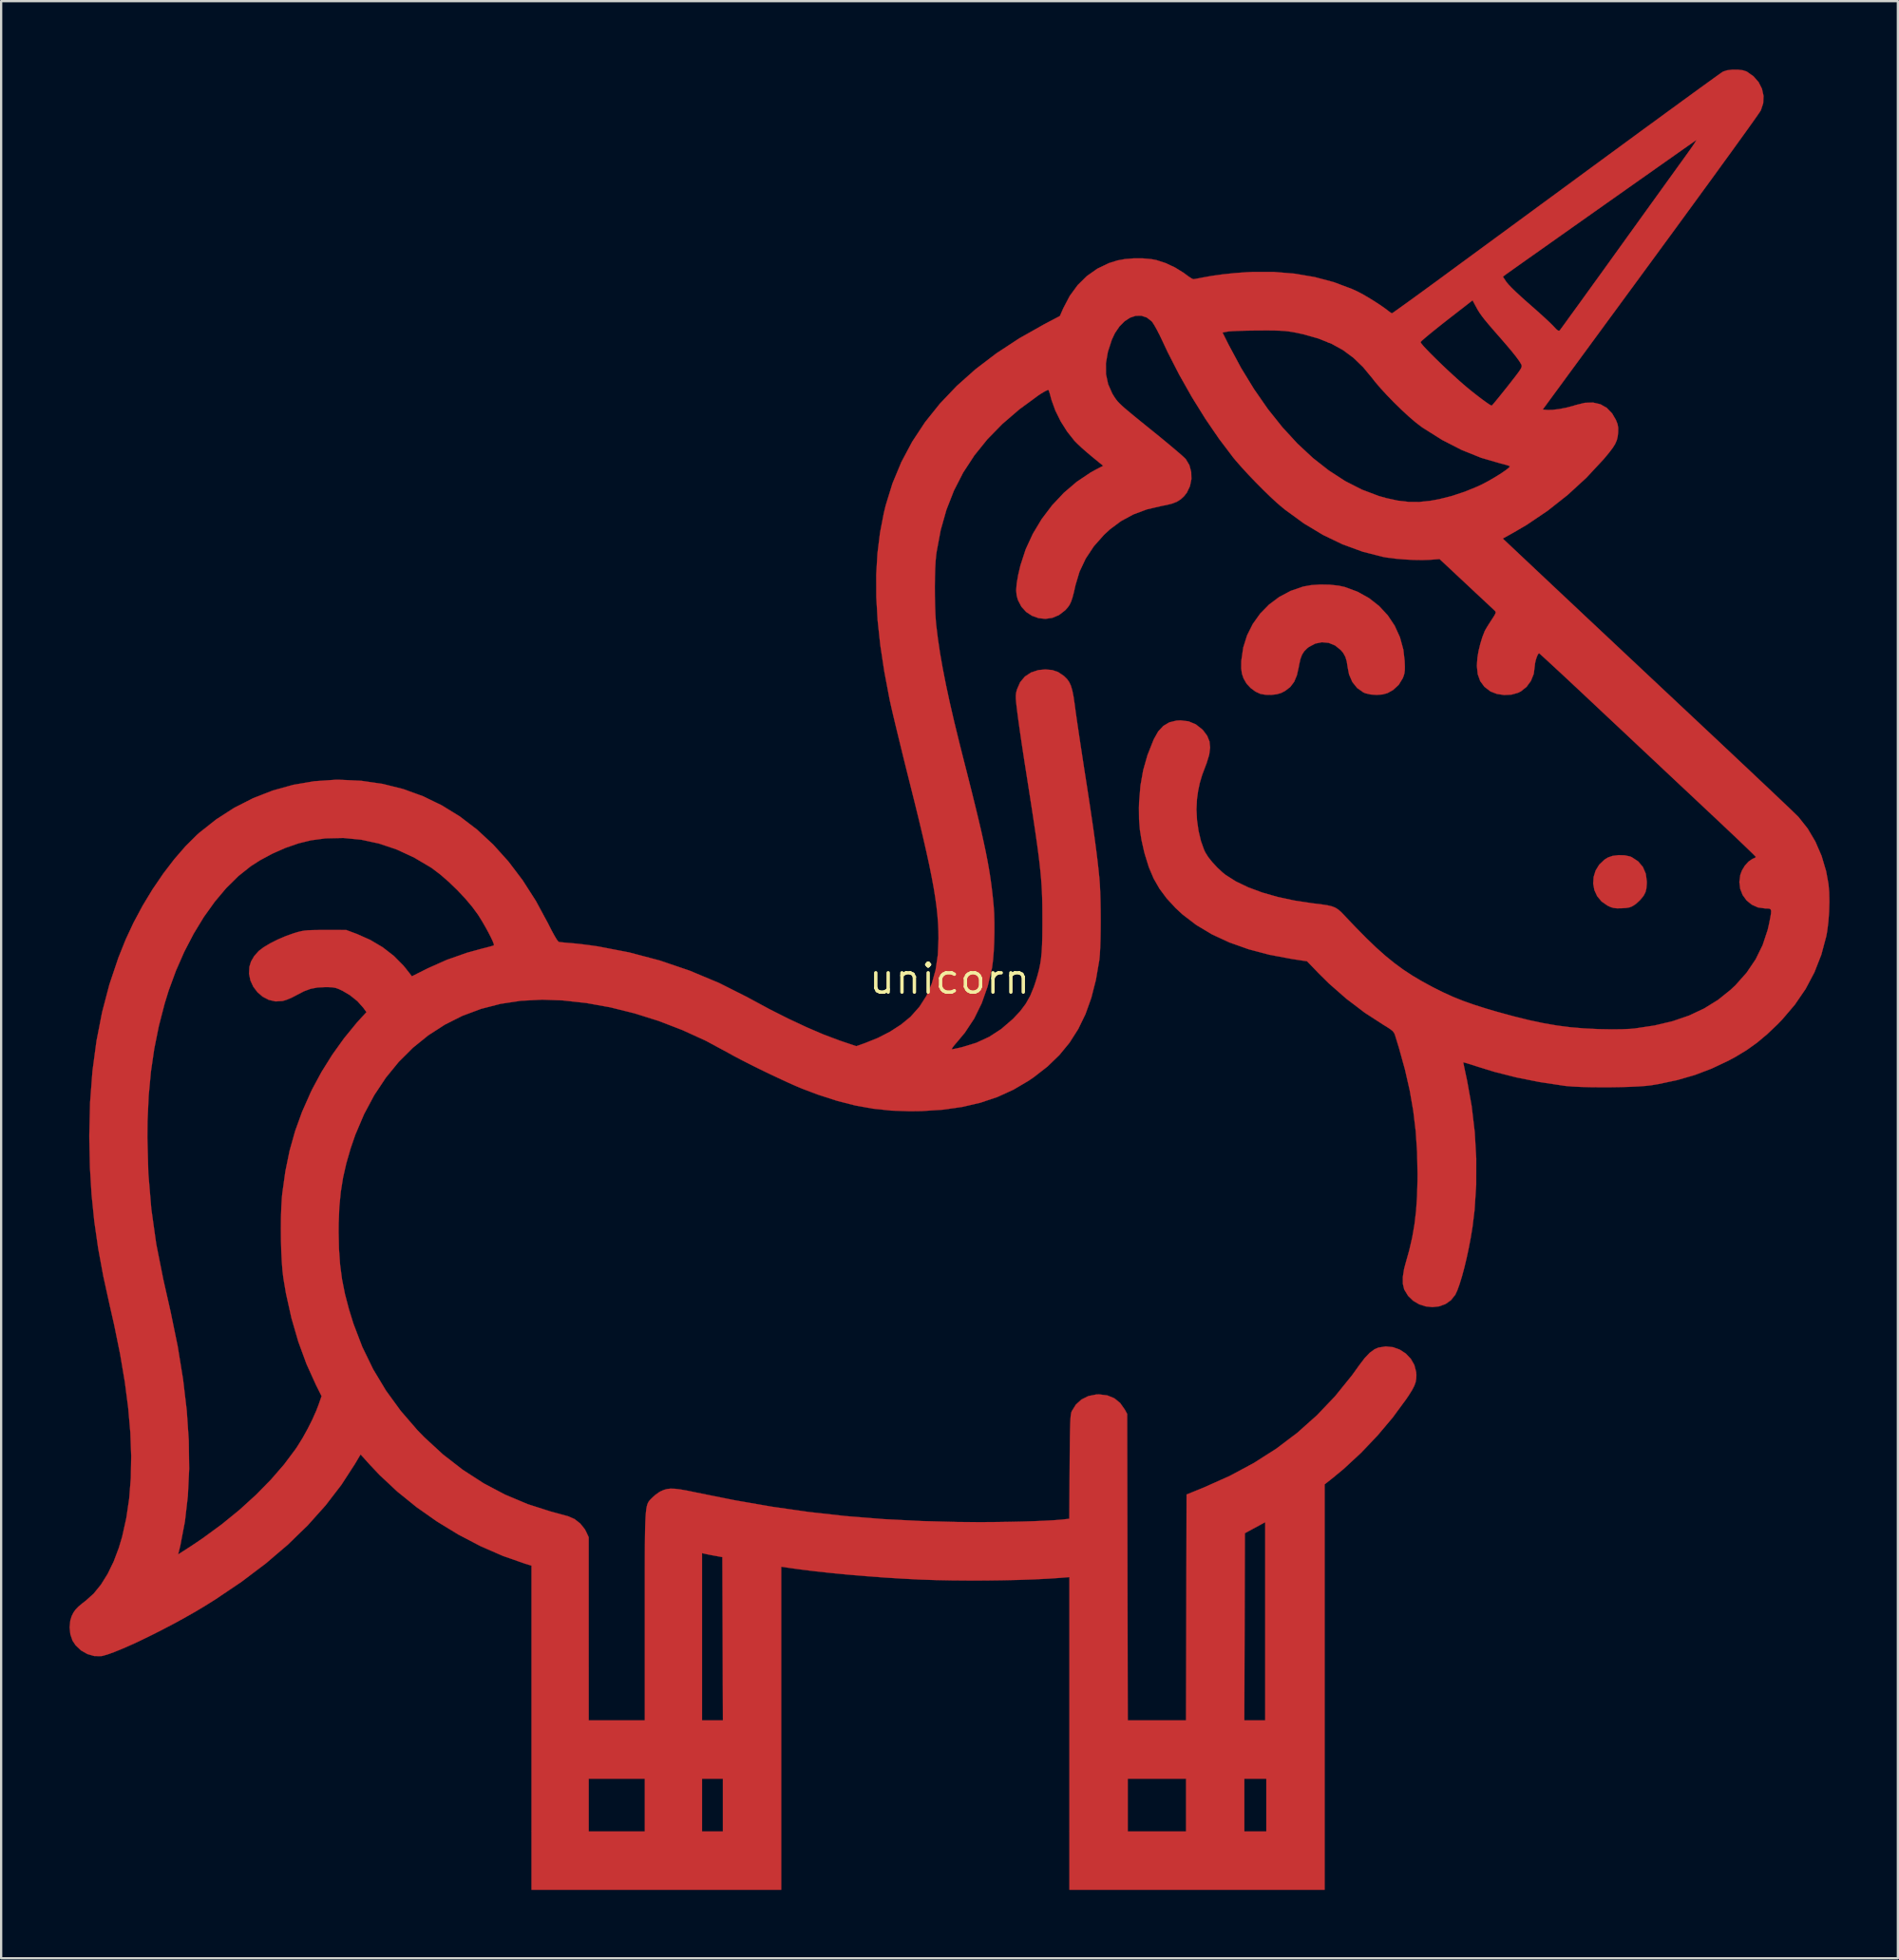
<source format=kicad_pcb>
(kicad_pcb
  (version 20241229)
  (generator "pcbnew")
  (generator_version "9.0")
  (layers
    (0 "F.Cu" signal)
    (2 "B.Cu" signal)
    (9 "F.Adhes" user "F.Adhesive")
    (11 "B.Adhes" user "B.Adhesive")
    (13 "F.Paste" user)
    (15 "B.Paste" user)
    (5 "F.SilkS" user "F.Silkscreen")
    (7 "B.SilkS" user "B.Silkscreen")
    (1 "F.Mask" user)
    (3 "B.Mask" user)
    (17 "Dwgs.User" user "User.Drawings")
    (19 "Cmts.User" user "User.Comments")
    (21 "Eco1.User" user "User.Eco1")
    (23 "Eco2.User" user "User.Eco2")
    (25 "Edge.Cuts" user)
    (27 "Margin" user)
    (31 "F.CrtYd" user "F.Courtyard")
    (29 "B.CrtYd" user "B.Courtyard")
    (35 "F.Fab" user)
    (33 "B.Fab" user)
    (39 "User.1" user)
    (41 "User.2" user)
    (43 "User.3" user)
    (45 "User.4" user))
  (footprint "unicorn"
    (layer "F.Cu")
    (at 38.607 39.89)
    (property "Reference" "unicorn" (at 0 0 0) (layer "F.SilkS") (effects (font (size 1.27 1.27) (thickness 0.15))))
    (attr through_hole)
    (fp_poly (pts (xy 29.62 -5.42) (xy 29.855 -5.37) (xy 29.928 -5.34) (xy 30.213 -5.153) (xy 30.42 -4.908) (xy 30.547 -4.612) (xy 30.592 -4.266) (xy 30.589 -4.155) (xy 30.57 -3.95) (xy 30.532 -3.801) (xy 30.464 -3.669) (xy 30.425 -3.611) (xy 30.292 -3.453) (xy 30.13 -3.303) (xy 30.073 -3.259) (xy 29.948 -3.181) (xy 29.829 -3.134) (xy 29.68 -3.109) (xy 29.495 -3.098) (xy 29.288 -3.094) (xy 29.138 -3.109) (xy 29.006 -3.148) (xy 28.87 -3.211) (xy 28.607 -3.393) (xy 28.414 -3.625) (xy 28.291 -3.892) (xy 28.239 -4.18) (xy 28.258 -4.472) (xy 28.346 -4.755) (xy 28.504 -5.012) (xy 28.733 -5.23) (xy 28.884 -5.324) (xy 29.094 -5.396) (xy 29.353 -5.428) (xy 29.62 -5.42)) (stroke (width 0.01) (type solid)) (fill yes) (layer "F.Cu"))
    (fp_poly (pts (xy 16.683 -17.291) (xy 17.074 -17.248) (xy 17.34 -17.19) (xy 17.897 -16.985) (xy 18.4 -16.706) (xy 18.843 -16.359) (xy 19.222 -15.953) (xy 19.53 -15.493) (xy 19.761 -14.987) (xy 19.91 -14.442) (xy 19.967 -13.945) (xy 19.976 -13.706) (xy 19.974 -13.534) (xy 19.957 -13.404) (xy 19.923 -13.286) (xy 19.883 -13.185) (xy 19.709 -12.901) (xy 19.459 -12.672) (xy 19.214 -12.535) (xy 19.002 -12.477) (xy 18.743 -12.457) (xy 18.476 -12.475) (xy 18.242 -12.529) (xy 18.159 -12.565) (xy 17.881 -12.761) (xy 17.67 -13.025) (xy 17.529 -13.352) (xy 17.469 -13.655) (xy 17.427 -13.924) (xy 17.366 -14.127) (xy 17.275 -14.292) (xy 17.166 -14.424) (xy 16.915 -14.624) (xy 16.635 -14.739) (xy 16.339 -14.767) (xy 16.045 -14.707) (xy 15.766 -14.559) (xy 15.695 -14.504) (xy 15.561 -14.37) (xy 15.463 -14.217) (xy 15.391 -14.019) (xy 15.333 -13.753) (xy 15.321 -13.679) (xy 15.239 -13.316) (xy 15.12 -13.031) (xy 14.952 -12.808) (xy 14.726 -12.633) (xy 14.55 -12.541) (xy 14.358 -12.485) (xy 14.116 -12.458) (xy 13.865 -12.462) (xy 13.648 -12.499) (xy 13.64 -12.501) (xy 13.427 -12.599) (xy 13.215 -12.755) (xy 13.043 -12.938) (xy 13.017 -12.974) (xy 12.899 -13.181) (xy 12.828 -13.388) (xy 12.797 -13.624) (xy 12.8 -13.919) (xy 12.803 -13.968) (xy 12.885 -14.533) (xy 13.054 -15.069) (xy 13.304 -15.568) (xy 13.627 -16.021) (xy 14.017 -16.419) (xy 14.467 -16.756) (xy 14.97 -17.022) (xy 15.516 -17.209) (xy 15.867 -17.272) (xy 16.269 -17.299) (xy 16.683 -17.291)) (stroke (width 0.01) (type solid)) (fill yes) (layer "F.Cu"))
    (fp_poly (pts (xy 34.806 -39.857) (xy 34.976 -39.801) (xy 35.27 -39.594) (xy 35.494 -39.339) (xy 35.643 -39.047) (xy 35.712 -38.733) (xy 35.697 -38.41) (xy 35.595 -38.101) (xy 35.554 -38.036) (xy 35.459 -37.898) (xy 35.313 -37.69) (xy 35.119 -37.418) (xy 34.88 -37.084) (xy 34.599 -36.694) (xy 34.28 -36.252) (xy 33.924 -35.762) (xy 33.537 -35.228) (xy 33.119 -34.655) (xy 32.675 -34.046) (xy 32.208 -33.406) (xy 31.721 -32.74) (xy 31.216 -32.051) (xy 30.752 -31.417) (xy 26.025 -24.975) (xy 26.223 -24.958) (xy 26.45 -24.961) (xy 26.735 -24.994) (xy 27.047 -25.054) (xy 27.355 -25.134) (xy 27.472 -25.172) (xy 27.872 -25.27) (xy 28.234 -25.281) (xy 28.556 -25.207) (xy 28.836 -25.048) (xy 29.069 -24.804) (xy 29.233 -24.524) (xy 29.306 -24.342) (xy 29.336 -24.176) (xy 29.333 -23.973) (xy 29.333 -23.969) (xy 29.313 -23.789) (xy 29.274 -23.629) (xy 29.206 -23.471) (xy 29.1 -23.299) (xy 28.946 -23.094) (xy 28.736 -22.841) (xy 28.693 -22.791) (xy 27.947 -21.989) (xy 27.126 -21.235) (xy 26.247 -20.54) (xy 25.326 -19.918) (xy 24.775 -19.595) (xy 24.273 -19.315) (xy 26.626 -17.1) (xy 26.995 -16.754) (xy 27.426 -16.349) (xy 27.909 -15.894) (xy 28.438 -15.398) (xy 29.002 -14.868) (xy 29.594 -14.312) (xy 30.205 -13.739) (xy 30.825 -13.156) (xy 31.448 -12.572) (xy 32.064 -11.994) (xy 32.664 -11.431) (xy 33.01 -11.106) (xy 33.541 -10.608) (xy 34.055 -10.125) (xy 34.548 -9.661) (xy 35.015 -9.222) (xy 35.45 -8.811) (xy 35.85 -8.434) (xy 36.209 -8.095) (xy 36.523 -7.797) (xy 36.787 -7.546) (xy 36.996 -7.346) (xy 37.146 -7.201) (xy 37.232 -7.117) (xy 37.246 -7.102) (xy 37.647 -6.596) (xy 37.986 -6.024) (xy 38.258 -5.397) (xy 38.457 -4.727) (xy 38.561 -4.161) (xy 38.592 -3.805) (xy 38.601 -3.389) (xy 38.588 -2.943) (xy 38.556 -2.5) (xy 38.505 -2.093) (xy 38.465 -1.873) (xy 38.247 -1.058) (xy 37.945 -0.288) (xy 37.559 0.441) (xy 37.085 1.134) (xy 36.522 1.794) (xy 36.319 2.003) (xy 35.863 2.435) (xy 35.426 2.801) (xy 34.979 3.12) (xy 34.496 3.414) (xy 34.158 3.596) (xy 33.433 3.937) (xy 32.697 4.217) (xy 31.926 4.44) (xy 31.099 4.615) (xy 30.79 4.667) (xy 30.548 4.695) (xy 30.227 4.718) (xy 29.847 4.736) (xy 29.426 4.748) (xy 28.981 4.755) (xy 28.532 4.755) (xy 28.096 4.751) (xy 27.692 4.74) (xy 27.338 4.723) (xy 27.052 4.7) (xy 26.977 4.691) (xy 25.881 4.525) (xy 24.861 4.321) (xy 23.904 4.078) (xy 23.225 3.869) (xy 22.986 3.792) (xy 22.783 3.728) (xy 22.632 3.683) (xy 22.549 3.662) (xy 22.537 3.662) (xy 22.547 3.713) (xy 22.574 3.843) (xy 22.614 4.035) (xy 22.665 4.274) (xy 22.706 4.465) (xy 22.907 5.58) (xy 23.042 6.726) (xy 23.108 7.882) (xy 23.106 9.028) (xy 23.034 10.144) (xy 22.944 10.883) (xy 22.87 11.334) (xy 22.783 11.791) (xy 22.687 12.241) (xy 22.585 12.667) (xy 22.48 13.057) (xy 22.376 13.394) (xy 22.278 13.666) (xy 22.189 13.857) (xy 22.186 13.861) (xy 21.996 14.098) (xy 21.757 14.266) (xy 21.482 14.366) (xy 21.188 14.399) (xy 20.889 14.368) (xy 20.601 14.275) (xy 20.339 14.12) (xy 20.118 13.906) (xy 19.953 13.634) (xy 19.946 13.617) (xy 19.889 13.379) (xy 19.887 13.08) (xy 19.94 12.737) (xy 19.999 12.51) (xy 20.167 11.911) (xy 20.3 11.336) (xy 20.399 10.763) (xy 20.469 10.17) (xy 20.512 9.534) (xy 20.531 8.834) (xy 20.533 8.566) (xy 20.514 7.605) (xy 20.453 6.688) (xy 20.346 5.794) (xy 20.191 4.9) (xy 19.983 3.987) (xy 19.719 3.032) (xy 19.541 2.456) (xy 19.503 2.369) (xy 19.441 2.29) (xy 19.336 2.205) (xy 19.173 2.099) (xy 19.048 2.024) (xy 18.221 1.488) (xy 17.413 0.875) (xy 16.647 0.204) (xy 16.204 -0.234) (xy 15.686 -0.771) (xy 15.038 -0.87) (xy 14.041 -1.056) (xy 13.121 -1.299) (xy 12.278 -1.598) (xy 11.513 -1.953) (xy 10.825 -2.364) (xy 10.215 -2.831) (xy 9.914 -3.111) (xy 9.528 -3.529) (xy 9.213 -3.952) (xy 8.956 -4.4) (xy 8.745 -4.896) (xy 8.57 -5.46) (xy 8.536 -5.588) (xy 8.424 -6.085) (xy 8.351 -6.545) (xy 8.315 -7.004) (xy 8.31 -7.502) (xy 8.317 -7.746) (xy 8.376 -8.475) (xy 8.496 -9.154) (xy 8.683 -9.811) (xy 8.946 -10.474) (xy 8.97 -10.526) (xy 9.155 -10.854) (xy 9.377 -11.095) (xy 9.641 -11.252) (xy 9.953 -11.329) (xy 10.135 -11.34) (xy 10.488 -11.297) (xy 10.802 -11.167) (xy 11.082 -10.948) (xy 11.13 -10.898) (xy 11.303 -10.666) (xy 11.404 -10.418) (xy 11.433 -10.144) (xy 11.392 -9.829) (xy 11.28 -9.464) (xy 11.232 -9.338) (xy 11.084 -8.946) (xy 10.979 -8.594) (xy 10.905 -8.241) (xy 10.855 -7.879) (xy 10.833 -7.437) (xy 10.857 -6.965) (xy 10.924 -6.494) (xy 11.029 -6.05) (xy 11.168 -5.661) (xy 11.221 -5.55) (xy 11.347 -5.348) (xy 11.53 -5.118) (xy 11.746 -4.885) (xy 11.972 -4.674) (xy 12.114 -4.56) (xy 12.564 -4.275) (xy 13.1 -4.018) (xy 13.711 -3.79) (xy 14.39 -3.596) (xy 15.128 -3.437) (xy 15.917 -3.317) (xy 16.013 -3.305) (xy 16.338 -3.265) (xy 16.585 -3.227) (xy 16.774 -3.182) (xy 16.923 -3.124) (xy 17.051 -3.044) (xy 17.177 -2.935) (xy 17.319 -2.789) (xy 17.349 -2.757) (xy 17.852 -2.227) (xy 18.308 -1.765) (xy 18.73 -1.362) (xy 19.128 -1.008) (xy 19.515 -0.694) (xy 19.901 -0.41) (xy 20.299 -0.148) (xy 20.721 0.102) (xy 21.176 0.35) (xy 21.235 0.38) (xy 21.672 0.598) (xy 22.099 0.791) (xy 22.537 0.967) (xy 23.01 1.134) (xy 23.539 1.302) (xy 24.016 1.442) (xy 24.76 1.645) (xy 25.436 1.812) (xy 26.061 1.945) (xy 26.656 2.047) (xy 27.239 2.122) (xy 27.829 2.172) (xy 28.445 2.202) (xy 28.546 2.205) (xy 29.055 2.214) (xy 29.501 2.209) (xy 29.871 2.193) (xy 30.066 2.175) (xy 30.933 2.044) (xy 31.725 1.856) (xy 32.45 1.607) (xy 33.111 1.296) (xy 33.716 0.921) (xy 34.268 0.478) (xy 34.488 0.27) (xy 34.971 -0.274) (xy 35.366 -0.859) (xy 35.673 -1.484) (xy 35.893 -2.147) (xy 35.952 -2.405) (xy 36.006 -2.672) (xy 36.038 -2.858) (xy 36.046 -2.979) (xy 36.024 -3.048) (xy 35.971 -3.08) (xy 35.881 -3.088) (xy 35.783 -3.089) (xy 35.47 -3.132) (xy 35.196 -3.254) (xy 34.969 -3.44) (xy 34.796 -3.677) (xy 34.688 -3.952) (xy 34.651 -4.252) (xy 34.693 -4.561) (xy 34.765 -4.756) (xy 34.894 -4.969) (xy 35.056 -5.147) (xy 35.228 -5.265) (xy 35.278 -5.284) (xy 35.356 -5.323) (xy 35.375 -5.35) (xy 35.34 -5.388) (xy 35.242 -5.487) (xy 35.085 -5.639) (xy 34.876 -5.84) (xy 34.621 -6.083) (xy 34.327 -6.363) (xy 33.999 -6.672) (xy 33.644 -7.007) (xy 33.311 -7.319) (xy 32.91 -7.696) (xy 32.45 -8.128) (xy 31.945 -8.601) (xy 31.409 -9.105) (xy 30.852 -9.628) (xy 30.288 -10.157) (xy 29.731 -10.681) (xy 29.191 -11.188) (xy 28.682 -11.665) (xy 28.572 -11.769) (xy 28.144 -12.171) (xy 27.737 -12.553) (xy 27.355 -12.91) (xy 27.005 -13.237) (xy 26.691 -13.529) (xy 26.419 -13.78) (xy 26.195 -13.987) (xy 26.024 -14.143) (xy 25.912 -14.244) (xy 25.864 -14.284) (xy 25.862 -14.285) (xy 25.819 -14.242) (xy 25.769 -14.134) (xy 25.721 -13.989) (xy 25.687 -13.837) (xy 25.674 -13.714) (xy 25.631 -13.379) (xy 25.508 -13.072) (xy 25.316 -12.81) (xy 25.065 -12.611) (xy 24.943 -12.549) (xy 24.652 -12.468) (xy 24.332 -12.452) (xy 24.016 -12.499) (xy 23.74 -12.606) (xy 23.724 -12.615) (xy 23.466 -12.813) (xy 23.282 -13.062) (xy 23.173 -13.367) (xy 23.136 -13.731) (xy 23.16 -14.092) (xy 23.21 -14.385) (xy 23.286 -14.696) (xy 23.376 -14.992) (xy 23.472 -15.239) (xy 23.504 -15.304) (xy 23.559 -15.399) (xy 23.649 -15.545) (xy 23.758 -15.714) (xy 23.781 -15.749) (xy 23.887 -15.912) (xy 23.945 -16.016) (xy 23.962 -16.08) (xy 23.944 -16.126) (xy 23.907 -16.164) (xy 23.851 -16.217) (xy 23.733 -16.327) (xy 23.563 -16.486) (xy 23.35 -16.685) (xy 23.102 -16.916) (xy 22.83 -17.171) (xy 22.658 -17.332) (xy 21.5 -18.415) (xy 21.065 -18.383) (xy 20.742 -18.372) (xy 20.36 -18.378) (xy 19.952 -18.4) (xy 19.554 -18.434) (xy 19.197 -18.48) (xy 19.024 -18.51) (xy 18.123 -18.74) (xy 17.244 -19.061) (xy 16.386 -19.474) (xy 15.545 -19.98) (xy 14.72 -20.581) (xy 14.599 -20.679) (xy 14.356 -20.887) (xy 14.069 -21.153) (xy 13.754 -21.459) (xy 13.429 -21.787) (xy 13.111 -22.119) (xy 12.816 -22.44) (xy 12.561 -22.731) (xy 12.442 -22.875) (xy 11.827 -23.687) (xy 11.22 -24.575) (xy 10.634 -25.519) (xy 10.081 -26.496) (xy 9.573 -27.488) (xy 9.333 -27.998) (xy 9.211 -28.254) (xy 9.16 -28.353) (xy 11.977 -28.353) (xy 12.243 -27.822) (xy 12.787 -26.807) (xy 13.364 -25.863) (xy 13.97 -24.992) (xy 14.605 -24.197) (xy 15.263 -23.482) (xy 15.944 -22.848) (xy 16.644 -22.299) (xy 17.36 -21.836) (xy 18.09 -21.463) (xy 18.83 -21.183) (xy 19.16 -21.09) (xy 19.674 -20.978) (xy 20.15 -20.923) (xy 20.62 -20.922) (xy 21.116 -20.976) (xy 21.468 -21.04) (xy 22.027 -21.18) (xy 22.608 -21.372) (xy 23.165 -21.6) (xy 23.378 -21.701) (xy 23.604 -21.82) (xy 23.836 -21.952) (xy 24.06 -22.087) (xy 24.26 -22.216) (xy 24.423 -22.33) (xy 24.536 -22.42) (xy 24.583 -22.477) (xy 24.58 -22.488) (xy 24.517 -22.515) (xy 24.385 -22.556) (xy 24.213 -22.601) (xy 24.186 -22.607) (xy 23.324 -22.858) (xy 22.465 -23.203) (xy 21.618 -23.638) (xy 20.787 -24.159) (xy 20.691 -24.226) (xy 20.443 -24.417) (xy 20.152 -24.666) (xy 19.836 -24.958) (xy 19.511 -25.274) (xy 19.196 -25.598) (xy 18.906 -25.914) (xy 18.659 -26.203) (xy 18.542 -26.354) (xy 18.144 -26.835) (xy 17.722 -27.242) (xy 17.262 -27.583) (xy 16.754 -27.863) (xy 16.583 -27.931) (xy 20.665 -27.931) (xy 20.695 -27.877) (xy 20.786 -27.767) (xy 20.93 -27.611) (xy 21.117 -27.419) (xy 21.338 -27.199) (xy 21.582 -26.962) (xy 21.841 -26.716) (xy 22.105 -26.472) (xy 22.364 -26.238) (xy 22.524 -26.097) (xy 22.722 -25.929) (xy 22.937 -25.754) (xy 23.155 -25.583) (xy 23.361 -25.426) (xy 23.542 -25.295) (xy 23.682 -25.199) (xy 23.769 -25.15) (xy 23.785 -25.146) (xy 23.823 -25.183) (xy 23.911 -25.285) (xy 24.04 -25.441) (xy 24.202 -25.641) (xy 24.388 -25.874) (xy 24.481 -25.991) (xy 24.696 -26.265) (xy 24.858 -26.474) (xy 24.973 -26.628) (xy 25.048 -26.739) (xy 25.089 -26.818) (xy 25.104 -26.874) (xy 25.098 -26.92) (xy 25.078 -26.965) (xy 25.075 -26.971) (xy 24.994 -27.103) (xy 24.863 -27.282) (xy 24.679 -27.514) (xy 24.436 -27.803) (xy 24.131 -28.155) (xy 24.084 -28.208) (xy 23.827 -28.502) (xy 23.625 -28.738) (xy 23.468 -28.928) (xy 23.346 -29.087) (xy 23.249 -29.226) (xy 23.166 -29.36) (xy 23.097 -29.486) (xy 22.947 -29.765) (xy 21.813 -28.884) (xy 21.527 -28.659) (xy 21.266 -28.45) (xy 21.04 -28.266) (xy 20.859 -28.114) (xy 20.732 -28.003) (xy 20.67 -27.94) (xy 20.665 -27.931) (xy 16.583 -27.931) (xy 16.184 -28.09) (xy 15.542 -28.272) (xy 15.239 -28.339) (xy 15.049 -28.375) (xy 14.876 -28.402) (xy 14.7 -28.421) (xy 14.503 -28.434) (xy 14.266 -28.441) (xy 13.972 -28.444) (xy 13.601 -28.443) (xy 13.561 -28.443) (xy 13.225 -28.439) (xy 12.909 -28.433) (xy 12.629 -28.424) (xy 12.403 -28.413) (xy 12.248 -28.401) (xy 12.202 -28.395) (xy 11.977 -28.353) (xy 9.16 -28.353) (xy 9.09 -28.488) (xy 8.981 -28.681) (xy 8.895 -28.813) (xy 8.867 -28.847) (xy 8.652 -29.012) (xy 8.416 -29.09) (xy 8.168 -29.086) (xy 7.919 -29.003) (xy 7.678 -28.845) (xy 7.454 -28.618) (xy 7.256 -28.326) (xy 7.121 -28.039) (xy 6.946 -27.502) (xy 6.86 -26.999) (xy 6.864 -26.528) (xy 6.958 -26.088) (xy 7.141 -25.675) (xy 7.212 -25.559) (xy 7.266 -25.477) (xy 7.32 -25.401) (xy 7.381 -25.327) (xy 7.457 -25.246) (xy 7.556 -25.151) (xy 7.685 -25.036) (xy 7.853 -24.894) (xy 8.066 -24.717) (xy 8.333 -24.499) (xy 8.662 -24.233) (xy 8.961 -23.991) (xy 9.269 -23.741) (xy 9.559 -23.502) (xy 9.819 -23.284) (xy 10.041 -23.095) (xy 10.214 -22.944) (xy 10.328 -22.839) (xy 10.366 -22.8) (xy 10.522 -22.539) (xy 10.603 -22.239) (xy 10.612 -21.923) (xy 10.548 -21.612) (xy 10.413 -21.329) (xy 10.289 -21.171) (xy 10.141 -21.035) (xy 9.98 -20.933) (xy 9.782 -20.854) (xy 9.525 -20.788) (xy 9.316 -20.748) (xy 8.66 -20.595) (xy 8.069 -20.375) (xy 7.531 -20.085) (xy 7.037 -19.718) (xy 6.774 -19.475) (xy 6.331 -18.974) (xy 5.973 -18.434) (xy 5.703 -17.861) (xy 5.528 -17.277) (xy 5.457 -16.964) (xy 5.395 -16.728) (xy 5.335 -16.55) (xy 5.27 -16.413) (xy 5.192 -16.299) (xy 5.093 -16.189) (xy 5.068 -16.163) (xy 4.802 -15.958) (xy 4.509 -15.836) (xy 4.205 -15.793) (xy 3.904 -15.825) (xy 3.618 -15.928) (xy 3.363 -16.096) (xy 3.153 -16.327) (xy 3.002 -16.615) (xy 2.946 -16.813) (xy 2.925 -17.044) (xy 2.947 -17.344) (xy 3.012 -17.718) (xy 3.112 -18.142) (xy 3.341 -18.844) (xy 3.654 -19.523) (xy 4.043 -20.17) (xy 4.5 -20.774) (xy 5.015 -21.322) (xy 5.58 -21.805) (xy 6.186 -22.211) (xy 6.427 -22.344) (xy 6.741 -22.507) (xy 6.229 -22.925) (xy 6.014 -23.106) (xy 5.802 -23.293) (xy 5.618 -23.465) (xy 5.485 -23.599) (xy 5.481 -23.604) (xy 5.162 -24.005) (xy 4.877 -24.457) (xy 4.642 -24.931) (xy 4.473 -25.399) (xy 4.438 -25.53) (xy 4.397 -25.682) (xy 4.36 -25.795) (xy 4.341 -25.834) (xy 4.29 -25.825) (xy 4.179 -25.77) (xy 4.025 -25.679) (xy 3.903 -25.599) (xy 3.066 -24.985) (xy 2.319 -24.343) (xy 1.66 -23.669) (xy 1.088 -22.959) (xy 0.599 -22.209) (xy 0.192 -21.416) (xy -0.136 -20.576) (xy -0.388 -19.685) (xy -0.565 -18.739) (xy -0.587 -18.58) (xy -0.611 -18.328) (xy -0.629 -18.001) (xy -0.64 -17.62) (xy -0.645 -17.208) (xy -0.643 -16.785) (xy -0.634 -16.373) (xy -0.62 -15.992) (xy -0.598 -15.666) (xy -0.586 -15.54) (xy -0.513 -14.942) (xy -0.419 -14.308) (xy -0.3 -13.631) (xy -0.157 -12.901) (xy 0.013 -12.11) (xy 0.212 -11.251) (xy 0.442 -10.313) (xy 0.578 -9.773) (xy 0.785 -8.961) (xy 0.968 -8.233) (xy 1.129 -7.582) (xy 1.27 -7) (xy 1.393 -6.476) (xy 1.498 -6.004) (xy 1.589 -5.575) (xy 1.666 -5.18) (xy 1.732 -4.812) (xy 1.788 -4.461) (xy 1.836 -4.119) (xy 1.877 -3.779) (xy 1.914 -3.431) (xy 1.935 -3.215) (xy 1.958 -2.866) (xy 1.969 -2.465) (xy 1.969 -2.037) (xy 1.959 -1.605) (xy 1.939 -1.194) (xy 1.909 -0.826) (xy 1.871 -0.527) (xy 1.864 -0.482) (xy 1.675 0.324) (xy 1.414 1.066) (xy 1.08 1.746) (xy 0.672 2.363) (xy 0.338 2.763) (xy 0.216 2.904) (xy 0.132 3.014) (xy 0.098 3.078) (xy 0.104 3.088) (xy 0.179 3.077) (xy 0.321 3.048) (xy 0.502 3.007) (xy 0.555 2.994) (xy 1.178 2.803) (xy 1.745 2.54) (xy 2.27 2.199) (xy 2.767 1.77) (xy 2.801 1.737) (xy 3.107 1.41) (xy 3.348 1.087) (xy 3.541 0.741) (xy 3.705 0.342) (xy 3.781 0.113) (xy 3.862 -0.156) (xy 3.927 -0.405) (xy 3.978 -0.647) (xy 4.016 -0.899) (xy 4.043 -1.176) (xy 4.061 -1.493) (xy 4.071 -1.868) (xy 4.075 -2.314) (xy 4.075 -2.606) (xy 4.074 -2.941) (xy 4.071 -3.251) (xy 4.065 -3.545) (xy 4.054 -3.83) (xy 4.038 -4.115) (xy 4.017 -4.409) (xy 3.988 -4.719) (xy 3.952 -5.055) (xy 3.907 -5.424) (xy 3.852 -5.836) (xy 3.787 -6.298) (xy 3.71 -6.818) (xy 3.621 -7.406) (xy 3.518 -8.069) (xy 3.401 -8.817) (xy 3.357 -9.096) (xy 3.288 -9.534) (xy 3.22 -9.981) (xy 3.154 -10.418) (xy 3.094 -10.826) (xy 3.043 -11.188) (xy 3.002 -11.482) (xy 2.986 -11.606) (xy 2.948 -11.907) (xy 2.923 -12.132) (xy 2.909 -12.296) (xy 2.908 -12.42) (xy 2.917 -12.522) (xy 2.938 -12.618) (xy 2.963 -12.706) (xy 3.099 -13.014) (xy 3.306 -13.261) (xy 3.575 -13.44) (xy 3.897 -13.546) (xy 4.199 -13.574) (xy 4.504 -13.548) (xy 4.758 -13.463) (xy 4.996 -13.305) (xy 5.043 -13.265) (xy 5.16 -13.148) (xy 5.253 -13.015) (xy 5.328 -12.852) (xy 5.389 -12.642) (xy 5.443 -12.37) (xy 5.494 -12.021) (xy 5.505 -11.934) (xy 5.533 -11.726) (xy 5.574 -11.437) (xy 5.626 -11.081) (xy 5.687 -10.67) (xy 5.755 -10.218) (xy 5.828 -9.741) (xy 5.903 -9.25) (xy 5.961 -8.88) (xy 6.073 -8.159) (xy 6.17 -7.521) (xy 6.254 -6.956) (xy 6.327 -6.451) (xy 6.389 -5.995) (xy 6.444 -5.577) (xy 6.492 -5.185) (xy 6.534 -4.808) (xy 6.572 -4.44) (xy 6.594 -4.161) (xy 6.611 -3.816) (xy 6.623 -3.423) (xy 6.63 -3.001) (xy 6.633 -2.566) (xy 6.63 -2.137) (xy 6.623 -1.731) (xy 6.611 -1.367) (xy 6.594 -1.062) (xy 6.573 -0.834) (xy 6.571 -0.82) (xy 6.422 0.044) (xy 6.221 0.831) (xy 5.964 1.548) (xy 5.647 2.201) (xy 5.267 2.797) (xy 4.819 3.343) (xy 4.299 3.845) (xy 3.704 4.309) (xy 3.466 4.472) (xy 2.806 4.86) (xy 2.106 5.18) (xy 1.358 5.432) (xy 0.557 5.618) (xy -0.305 5.74) (xy -1.232 5.8) (xy -1.737 5.807) (xy -2.552 5.779) (xy -3.346 5.696) (xy -4.136 5.554) (xy -4.939 5.349) (xy -5.775 5.078) (xy -6.467 4.816) (xy -6.753 4.696) (xy -7.101 4.541) (xy -7.492 4.36) (xy -7.908 4.164) (xy -8.33 3.959) (xy -8.739 3.756) (xy -9.117 3.564) (xy -9.446 3.391) (xy -9.706 3.247) (xy -9.723 3.237) (xy -10.695 2.714) (xy -11.71 2.25) (xy -12.754 1.848) (xy -13.814 1.514) (xy -14.879 1.249) (xy -15.934 1.059) (xy -16.967 0.945) (xy -17.868 0.913) (xy -18.8 0.96) (xy -19.696 1.095) (xy -20.554 1.316) (xy -21.37 1.621) (xy -22.141 2.009) (xy -22.866 2.476) (xy -23.54 3.021) (xy -24.162 3.641) (xy -24.729 4.335) (xy -25.237 5.1) (xy -25.684 5.934) (xy -26.067 6.835) (xy -26.273 7.432) (xy -26.462 8.084) (xy -26.606 8.715) (xy -26.707 9.348) (xy -26.771 10.01) (xy -26.799 10.726) (xy -26.802 11.1) (xy -26.786 11.848) (xy -26.737 12.533) (xy -26.651 13.184) (xy -26.523 13.827) (xy -26.348 14.494) (xy -26.15 15.13) (xy -25.762 16.147) (xy -25.287 17.123) (xy -24.726 18.057) (xy -24.078 18.948) (xy -23.346 19.795) (xy -23.047 20.103) (xy -22.225 20.86) (xy -21.358 21.533) (xy -20.447 22.123) (xy -19.495 22.626) (xy -18.506 23.042) (xy -17.51 23.361) (xy -17.265 23.428) (xy -17.028 23.493) (xy -16.829 23.547) (xy -16.721 23.577) (xy -16.448 23.698) (xy -16.2 23.892) (xy -16.003 24.137) (xy -15.944 24.248) (xy -15.83 24.492) (xy -15.83 28.51) (xy -15.829 32.527) (xy -13.368 32.527) (xy -10.858 32.527) (xy -9.941 32.527) (xy -9.953 28.947) (xy -9.966 25.366) (xy -10.304 25.305) (xy -10.489 25.27) (xy -10.65 25.238) (xy -10.75 25.216) (xy -10.858 25.19) (xy -10.858 32.527) (xy -13.368 32.527) (xy -13.368 27.951) (xy -13.368 27.16) (xy -13.368 26.46) (xy -13.368 25.844) (xy -13.366 25.308) (xy -13.364 24.844) (xy -13.36 24.447) (xy -13.354 24.112) (xy -13.345 23.831) (xy -13.334 23.6) (xy -13.32 23.413) (xy -13.303 23.263) (xy -13.282 23.145) (xy -13.257 23.053) (xy -13.227 22.98) (xy -13.192 22.922) (xy -13.152 22.871) (xy -13.107 22.823) (xy -13.055 22.772) (xy -13.044 22.76) (xy -12.899 22.63) (xy -12.739 22.516) (xy -12.68 22.483) (xy -12.54 22.42) (xy -12.398 22.379) (xy -12.239 22.362) (xy -12.049 22.367) (xy -11.811 22.396) (xy -11.511 22.449) (xy -11.134 22.527) (xy -11.122 22.53) (xy -9.431 22.87) (xy -7.787 23.155) (xy -6.167 23.386) (xy -4.549 23.566) (xy -2.91 23.698) (xy -1.226 23.784) (xy 0.338 23.825) (xy 0.902 23.83) (xy 1.484 23.831) (xy 2.069 23.827) (xy 2.644 23.818) (xy 3.195 23.806) (xy 3.71 23.79) (xy 4.174 23.77) (xy 4.574 23.748) (xy 4.897 23.723) (xy 5.004 23.712) (xy 5.255 23.683) (xy 5.27 21.409) (xy 5.274 20.871) (xy 5.278 20.422) (xy 5.282 20.052) (xy 5.288 19.752) (xy 5.295 19.516) (xy 5.304 19.333) (xy 5.314 19.195) (xy 5.327 19.094) (xy 5.342 19.022) (xy 5.36 18.969) (xy 5.363 18.963) (xy 5.545 18.673) (xy 5.791 18.45) (xy 6.092 18.301) (xy 6.437 18.232) (xy 6.563 18.227) (xy 6.921 18.271) (xy 7.229 18.396) (xy 7.485 18.604) (xy 7.689 18.893) (xy 7.69 18.894) (xy 7.794 19.087) (xy 7.807 25.807) (xy 7.819 32.527) (xy 10.375 32.527) (xy 12.933 32.527) (xy 13.851 32.527) (xy 13.851 23.833) (xy 13.404 24.075) (xy 12.958 24.318) (xy 12.933 32.527) (xy 10.375 32.527) (xy 10.388 27.573) (xy 10.4 22.619) (xy 11.148 22.315) (xy 12.284 21.808) (xy 13.346 21.239) (xy 14.338 20.607) (xy 15.261 19.909) (xy 16.119 19.143) (xy 16.915 18.308) (xy 17.65 17.4) (xy 17.973 16.952) (xy 18.215 16.633) (xy 18.438 16.399) (xy 18.651 16.245) (xy 18.815 16.175) (xy 19.139 16.124) (xy 19.458 16.157) (xy 19.756 16.265) (xy 20.02 16.438) (xy 20.237 16.666) (xy 20.393 16.939) (xy 20.473 17.247) (xy 20.481 17.369) (xy 20.475 17.539) (xy 20.448 17.693) (xy 20.391 17.852) (xy 20.296 18.034) (xy 20.155 18.26) (xy 20.037 18.435) (xy 19.445 19.241) (xy 18.776 20.034) (xy 18.053 20.793) (xy 17.295 21.494) (xy 16.831 21.879) (xy 16.457 22.175) (xy 16.457 31.067) (xy 16.457 39.959) (xy 5.26 39.959) (xy 5.26 35.085) (xy 7.818 35.085) (xy 7.818 37.402) (xy 10.376 37.402) (xy 10.376 35.085) (xy 12.934 35.085) (xy 12.934 37.402) (xy 13.899 37.402) (xy 13.899 35.085) (xy 12.934 35.085) (xy 10.376 35.085) (xy 7.818 35.085) (xy 5.26 35.085) (xy 5.26 26.243) (xy 4.886 26.274) (xy 4.342 26.311) (xy 3.721 26.342) (xy 3.039 26.366) (xy 2.316 26.382) (xy 1.571 26.392) (xy 0.821 26.393) (xy 0.084 26.387) (xy -0.62 26.373) (xy -1.274 26.351) (xy -1.303 26.35) (xy -2.059 26.311) (xy -2.846 26.262) (xy -3.644 26.203) (xy -4.435 26.136) (xy -5.198 26.062) (xy -5.916 25.985) (xy -6.57 25.904) (xy -6.962 25.849) (xy -7.384 25.786) (xy -7.384 39.959) (xy -18.339 39.959) (xy -18.339 35.085) (xy -15.829 35.085) (xy -15.829 37.402) (xy -13.368 37.402) (xy -13.368 35.085) (xy -10.858 35.085) (xy -10.858 37.402) (xy -9.942 37.402) (xy -9.942 35.085) (xy -10.858 35.085) (xy -13.368 35.085) (xy -15.829 35.085) (xy -18.339 35.085) (xy -18.339 25.74) (xy -18.616 25.656) (xy -19.595 25.314) (xy -20.575 24.885) (xy -21.542 24.38) (xy -22.483 23.806) (xy -23.382 23.174) (xy -24.226 22.492) (xy -25 21.769) (xy -25.43 21.314) (xy -25.838 20.861) (xy -26.084 21.277) (xy -26.683 22.2) (xy -27.373 23.097) (xy -28.154 23.97) (xy -29.026 24.817) (xy -29.991 25.64) (xy -31.049 26.44) (xy -32.199 27.216) (xy -32.72 27.541) (xy -33.145 27.793) (xy -33.597 28.049) (xy -34.067 28.305) (xy -34.542 28.554) (xy -35.013 28.792) (xy -35.469 29.014) (xy -35.9 29.214) (xy -36.294 29.387) (xy -36.642 29.529) (xy -36.932 29.634) (xy -37.154 29.698) (xy -37.223 29.71) (xy -37.524 29.705) (xy -37.824 29.618) (xy -38.101 29.46) (xy -38.333 29.243) (xy -38.474 29.032) (xy -38.569 28.757) (xy -38.602 28.449) (xy -38.572 28.146) (xy -38.514 27.958) (xy -38.438 27.804) (xy -38.345 27.67) (xy -38.218 27.538) (xy -38.039 27.388) (xy -37.888 27.273) (xy -37.547 26.966) (xy -37.227 26.571) (xy -36.932 26.099) (xy -36.669 25.557) (xy -36.442 24.954) (xy -36.297 24.468) (xy -36.116 23.655) (xy -35.989 22.797) (xy -35.917 21.888) (xy -35.9 20.926) (xy -35.938 19.906) (xy -36.032 18.825) (xy -36.181 17.68) (xy -36.386 16.466) (xy -36.648 15.179) (xy -36.846 14.309) (xy -37.125 13.042) (xy -37.349 11.828) (xy -37.519 10.644) (xy -37.639 9.466) (xy -37.711 8.271) (xy -37.738 7.034) (xy -37.739 6.949) (xy -35.192 6.949) (xy -35.149 8.535) (xy -35.019 10.09) (xy -34.802 11.634) (xy -34.493 13.183) (xy -34.484 13.223) (xy -34.429 13.467) (xy -34.36 13.773) (xy -34.283 14.111) (xy -34.207 14.449) (xy -34.168 14.623) (xy -33.86 16.124) (xy -33.626 17.562) (xy -33.464 18.936) (xy -33.375 20.247) (xy -33.358 21.495) (xy -33.415 22.679) (xy -33.544 23.8) (xy -33.746 24.858) (xy -33.808 25.111) (xy -33.843 25.247) (xy -33.487 25.02) (xy -33.274 24.882) (xy -33.028 24.718) (xy -32.794 24.56) (xy -32.744 24.525) (xy -31.923 23.923) (xy -31.148 23.291) (xy -30.429 22.637) (xy -29.774 21.97) (xy -29.193 21.3) (xy -28.696 20.636) (xy -28.597 20.488) (xy -28.377 20.133) (xy -28.158 19.736) (xy -27.954 19.33) (xy -27.782 18.945) (xy -27.677 18.671) (xy -27.549 18.304) (xy -27.8 17.803) (xy -28.212 16.893) (xy -28.57 15.914) (xy -28.871 14.879) (xy -29.111 13.8) (xy -29.225 13.127) (xy -29.264 12.799) (xy -29.294 12.397) (xy -29.317 11.941) (xy -29.33 11.453) (xy -29.334 10.955) (xy -29.33 10.468) (xy -29.315 10.014) (xy -29.291 9.613) (xy -29.272 9.406) (xy -29.137 8.44) (xy -28.952 7.537) (xy -28.709 6.674) (xy -28.403 5.828) (xy -28.026 4.977) (xy -27.962 4.844) (xy -27.553 4.085) (xy -27.08 3.328) (xy -26.56 2.602) (xy -26.014 1.935) (xy -25.837 1.739) (xy -25.579 1.46) (xy -25.716 1.272) (xy -25.975 0.98) (xy -26.304 0.717) (xy -26.626 0.526) (xy -26.795 0.446) (xy -26.932 0.397) (xy -27.074 0.372) (xy -27.255 0.363) (xy -27.388 0.362) (xy -27.727 0.379) (xy -28.027 0.436) (xy -28.321 0.544) (xy -28.643 0.711) (xy -28.677 0.73) (xy -28.877 0.833) (xy -29.087 0.92) (xy -29.262 0.972) (xy -29.571 0.989) (xy -29.864 0.922) (xy -30.13 0.784) (xy -30.36 0.588) (xy -30.544 0.346) (xy -30.671 0.07) (xy -30.732 -0.226) (xy -30.716 -0.53) (xy -30.644 -0.763) (xy -30.504 -1.002) (xy -30.306 -1.223) (xy -30.3 -1.228) (xy -30.087 -1.389) (xy -29.802 -1.56) (xy -29.471 -1.727) (xy -29.116 -1.879) (xy -28.762 -2.004) (xy -28.739 -2.011) (xy -28.58 -2.058) (xy -28.441 -2.092) (xy -28.304 -2.116) (xy -28.148 -2.131) (xy -27.953 -2.139) (xy -27.7 -2.143) (xy -27.388 -2.144) (xy -26.471 -2.145) (xy -25.995 -1.968) (xy -25.412 -1.709) (xy -24.868 -1.386) (xy -24.38 -1.009) (xy -23.965 -0.59) (xy -23.865 -0.469) (xy -23.586 -0.114) (xy -22.899 -0.458) (xy -22.057 -0.834) (xy -21.173 -1.145) (xy -20.516 -1.325) (xy -20.308 -1.377) (xy -20.137 -1.423) (xy -20.023 -1.457) (xy -19.987 -1.472) (xy -19.993 -1.529) (xy -20.041 -1.654) (xy -20.123 -1.829) (xy -20.232 -2.041) (xy -20.36 -2.274) (xy -20.498 -2.512) (xy -20.639 -2.741) (xy -20.692 -2.823) (xy -20.94 -3.161) (xy -21.249 -3.527) (xy -21.6 -3.899) (xy -21.97 -4.256) (xy -22.34 -4.577) (xy -22.687 -4.841) (xy -22.756 -4.888) (xy -23.497 -5.326) (xy -24.256 -5.676) (xy -25.029 -5.936) (xy -25.809 -6.105) (xy -26.593 -6.181) (xy -27.373 -6.164) (xy -28.015 -6.078) (xy -28.557 -5.945) (xy -29.129 -5.747) (xy -29.701 -5.495) (xy -30.247 -5.203) (xy -30.654 -4.942) (xy -31.199 -4.508) (xy -31.727 -3.987) (xy -32.233 -3.387) (xy -32.713 -2.716) (xy -33.16 -1.982) (xy -33.57 -1.193) (xy -33.938 -0.358) (xy -34.258 0.515) (xy -34.433 1.083) (xy -34.689 2.069) (xy -34.889 3.062) (xy -35.037 4.078) (xy -35.135 5.134) (xy -35.185 6.249) (xy -35.192 6.949) (xy -37.739 6.949) (xy -37.739 6.853) (xy -37.704 5.415) (xy -37.6 4.04) (xy -37.424 2.724) (xy -37.177 1.46) (xy -36.858 0.246) (xy -36.465 -0.925) (xy -36.147 -1.718) (xy -35.798 -2.467) (xy -35.401 -3.209) (xy -34.964 -3.93) (xy -34.497 -4.615) (xy -34.011 -5.251) (xy -33.515 -5.822) (xy -33.019 -6.315) (xy -32.918 -6.405) (xy -32.172 -6.996) (xy -31.381 -7.505) (xy -30.549 -7.928) (xy -29.683 -8.265) (xy -28.789 -8.513) (xy -27.871 -8.67) (xy -26.937 -8.734) (xy -26.78 -8.735) (xy -25.811 -8.69) (xy -24.874 -8.554) (xy -23.972 -8.329) (xy -23.106 -8.015) (xy -22.277 -7.614) (xy -21.485 -7.126) (xy -20.733 -6.553) (xy -20.022 -5.894) (xy -19.353 -5.152) (xy -18.727 -4.326) (xy -18.146 -3.418) (xy -17.611 -2.429) (xy -17.588 -2.381) (xy -17.449 -2.108) (xy -17.327 -1.886) (xy -17.23 -1.725) (xy -17.162 -1.637) (xy -17.143 -1.623) (xy -17.06 -1.61) (xy -16.907 -1.594) (xy -16.711 -1.576) (xy -16.601 -1.568) (xy -16.38 -1.548) (xy -16.097 -1.516) (xy -15.785 -1.476) (xy -15.477 -1.432) (xy -15.412 -1.422) (xy -14.051 -1.16) (xy -12.711 -0.806) (xy -11.399 -0.36) (xy -10.12 0.175) (xy -8.881 0.797) (xy -8.759 0.864) (xy -7.9 1.328) (xy -7.069 1.747) (xy -6.277 2.118) (xy -5.535 2.436) (xy -4.852 2.695) (xy -4.663 2.76) (xy -4.09 2.952) (xy -3.722 2.823) (xy -3.145 2.591) (xy -2.606 2.314) (xy -2.126 2.004) (xy -1.721 1.672) (xy -1.698 1.649) (xy -1.32 1.224) (xy -1.013 0.744) (xy -0.778 0.206) (xy -0.611 -0.393) (xy -0.513 -1.056) (xy -0.483 -1.758) (xy -0.487 -2.094) (xy -0.503 -2.435) (xy -0.53 -2.789) (xy -0.57 -3.162) (xy -0.625 -3.562) (xy -0.695 -3.997) (xy -0.783 -4.472) (xy -0.889 -4.997) (xy -1.016 -5.577) (xy -1.163 -6.221) (xy -1.333 -6.935) (xy -1.527 -7.727) (xy -1.746 -8.604) (xy -1.76 -8.66) (xy -1.893 -9.19) (xy -2.024 -9.717) (xy -2.149 -10.229) (xy -2.267 -10.713) (xy -2.375 -11.159) (xy -2.469 -11.553) (xy -2.546 -11.885) (xy -2.604 -12.143) (xy -2.629 -12.258) (xy -2.861 -13.481) (xy -3.036 -14.632) (xy -3.153 -15.72) (xy -3.213 -16.751) (xy -3.216 -17.731) (xy -3.161 -18.667) (xy -3.05 -19.566) (xy -2.882 -20.434) (xy -2.802 -20.766) (xy -2.502 -21.738) (xy -2.114 -22.67) (xy -1.638 -23.564) (xy -1.074 -24.419) (xy -0.422 -25.234) (xy 0.317 -26.01) (xy 1.144 -26.746) (xy 2.058 -27.442) (xy 3.058 -28.097) (xy 4.146 -28.712) (xy 4.186 -28.733) (xy 4.842 -29.077) (xy 4.991 -29.418) (xy 5.274 -29.959) (xy 5.62 -30.431) (xy 6.025 -30.831) (xy 6.484 -31.154) (xy 6.993 -31.398) (xy 7.366 -31.515) (xy 7.701 -31.576) (xy 8.085 -31.607) (xy 8.48 -31.606) (xy 8.849 -31.574) (xy 9.07 -31.533) (xy 9.478 -31.4) (xy 9.892 -31.207) (xy 10.268 -30.975) (xy 10.351 -30.913) (xy 10.497 -30.806) (xy 10.618 -30.728) (xy 10.691 -30.694) (xy 10.695 -30.693) (xy 10.77 -30.703) (xy 10.91 -30.728) (xy 11.084 -30.762) (xy 11.085 -30.763) (xy 11.504 -30.838) (xy 11.991 -30.906) (xy 12.514 -30.961) (xy 13.043 -31) (xy 13.291 -31.012) (xy 14.227 -31.012) (xy 15.142 -30.936) (xy 16.025 -30.785) (xy 16.864 -30.561) (xy 17.65 -30.267) (xy 17.881 -30.162) (xy 18.104 -30.046) (xy 18.37 -29.892) (xy 18.653 -29.717) (xy 18.923 -29.541) (xy 19.151 -29.379) (xy 19.256 -29.298) (xy 19.349 -29.229) (xy 19.41 -29.198) (xy 19.412 -29.198) (xy 19.456 -29.226) (xy 19.571 -29.306) (xy 19.75 -29.433) (xy 19.985 -29.602) (xy 20.271 -29.808) (xy 20.599 -30.046) (xy 20.963 -30.312) (xy 21.357 -30.599) (xy 21.634 -30.802) (xy 24.278 -30.802) (xy 24.429 -30.574) (xy 24.513 -30.472) (xy 24.659 -30.319) (xy 24.855 -30.128) (xy 25.091 -29.91) (xy 25.353 -29.676) (xy 25.436 -29.604) (xy 25.693 -29.378) (xy 25.939 -29.158) (xy 26.159 -28.957) (xy 26.339 -28.788) (xy 26.466 -28.662) (xy 26.502 -28.624) (xy 26.626 -28.493) (xy 26.707 -28.433) (xy 26.759 -28.435) (xy 26.766 -28.441) (xy 26.802 -28.488) (xy 26.89 -28.608) (xy 27.026 -28.794) (xy 27.205 -29.042) (xy 27.425 -29.345) (xy 27.681 -29.698) (xy 27.968 -30.096) (xy 28.283 -30.532) (xy 28.621 -31) (xy 28.978 -31.496) (xy 29.32 -31.972) (xy 29.704 -32.506) (xy 30.082 -33.031) (xy 30.448 -33.54) (xy 30.798 -34.025) (xy 31.125 -34.48) (xy 31.426 -34.897) (xy 31.694 -35.269) (xy 31.925 -35.59) (xy 32.114 -35.851) (xy 32.255 -36.047) (xy 32.322 -36.14) (xy 32.479 -36.359) (xy 32.609 -36.545) (xy 32.703 -36.687) (xy 32.756 -36.774) (xy 32.76 -36.794) (xy 32.712 -36.761) (xy 32.592 -36.677) (xy 32.405 -36.547) (xy 32.159 -36.374) (xy 31.859 -36.163) (xy 31.512 -35.918) (xy 31.124 -35.645) (xy 30.702 -35.347) (xy 30.251 -35.03) (xy 29.779 -34.697) (xy 29.291 -34.353) (xy 28.794 -34.002) (xy 28.294 -33.65) (xy 27.798 -33.299) (xy 27.312 -32.956) (xy 26.842 -32.624) (xy 26.394 -32.307) (xy 25.975 -32.011) (xy 25.591 -31.74) (xy 25.249 -31.498) (xy 24.955 -31.29) (xy 24.715 -31.12) (xy 24.535 -30.992) (xy 24.422 -30.911) (xy 24.385 -30.884) (xy 24.278 -30.802) (xy 21.634 -30.802) (xy 21.704 -30.854) (xy 22.043 -31.103) (xy 22.452 -31.403) (xy 22.922 -31.748) (xy 23.447 -32.133) (xy 24.017 -32.552) (xy 24.626 -32.998) (xy 25.264 -33.467) (xy 25.925 -33.952) (xy 26.6 -34.447) (xy 27.28 -34.946) (xy 27.959 -35.445) (xy 28.628 -35.936) (xy 28.865 -36.11) (xy 29.48 -36.56) (xy 30.074 -36.996) (xy 30.644 -37.413) (xy 31.185 -37.808) (xy 31.692 -38.178) (xy 32.159 -38.519) (xy 32.583 -38.827) (xy 32.958 -39.1) (xy 33.279 -39.332) (xy 33.542 -39.522) (xy 33.742 -39.665) (xy 33.874 -39.758) (xy 33.933 -39.797) (xy 33.933 -39.797) (xy 34.106 -39.855) (xy 34.334 -39.884) (xy 34.579 -39.885) (xy 34.806 -39.857)) (stroke (width 0.01) (type solid)) (fill yes) (layer "F.Cu"))
    (fp_poly (pts (xy 29.62 -5.42) (xy 29.855 -5.37) (xy 29.928 -5.34) (xy 30.213 -5.153) (xy 30.42 -4.908) (xy 30.547 -4.612) (xy 30.592 -4.266) (xy 30.589 -4.155) (xy 30.57 -3.95) (xy 30.532 -3.801) (xy 30.464 -3.669) (xy 30.425 -3.611) (xy 30.292 -3.453) (xy 30.13 -3.303) (xy 30.073 -3.259) (xy 29.948 -3.181) (xy 29.829 -3.134) (xy 29.68 -3.109) (xy 29.495 -3.098) (xy 29.288 -3.094) (xy 29.138 -3.109) (xy 29.006 -3.148) (xy 28.87 -3.211) (xy 28.607 -3.393) (xy 28.414 -3.625) (xy 28.291 -3.892) (xy 28.239 -4.18) (xy 28.258 -4.472) (xy 28.346 -4.755) (xy 28.504 -5.012) (xy 28.733 -5.23) (xy 28.884 -5.324) (xy 29.094 -5.396) (xy 29.353 -5.428) (xy 29.62 -5.42)) (stroke (width 0.01) (type solid)) (fill yes) (layer "F.Mask"))
    (fp_poly (pts (xy 16.683 -17.291) (xy 17.074 -17.248) (xy 17.34 -17.19) (xy 17.897 -16.985) (xy 18.4 -16.706) (xy 18.843 -16.359) (xy 19.222 -15.953) (xy 19.53 -15.493) (xy 19.761 -14.987) (xy 19.91 -14.442) (xy 19.967 -13.945) (xy 19.976 -13.706) (xy 19.974 -13.534) (xy 19.957 -13.404) (xy 19.923 -13.286) (xy 19.883 -13.185) (xy 19.709 -12.901) (xy 19.459 -12.672) (xy 19.214 -12.535) (xy 19.002 -12.477) (xy 18.743 -12.457) (xy 18.476 -12.475) (xy 18.242 -12.529) (xy 18.159 -12.565) (xy 17.881 -12.761) (xy 17.67 -13.025) (xy 17.529 -13.352) (xy 17.469 -13.655) (xy 17.427 -13.924) (xy 17.366 -14.127) (xy 17.275 -14.292) (xy 17.166 -14.424) (xy 16.915 -14.624) (xy 16.635 -14.739) (xy 16.339 -14.767) (xy 16.045 -14.707) (xy 15.766 -14.559) (xy 15.695 -14.504) (xy 15.561 -14.37) (xy 15.463 -14.217) (xy 15.391 -14.019) (xy 15.333 -13.753) (xy 15.321 -13.679) (xy 15.239 -13.316) (xy 15.12 -13.031) (xy 14.952 -12.808) (xy 14.726 -12.633) (xy 14.55 -12.541) (xy 14.358 -12.485) (xy 14.116 -12.458) (xy 13.865 -12.462) (xy 13.648 -12.499) (xy 13.64 -12.501) (xy 13.427 -12.599) (xy 13.215 -12.755) (xy 13.043 -12.938) (xy 13.017 -12.974) (xy 12.899 -13.181) (xy 12.828 -13.388) (xy 12.797 -13.624) (xy 12.8 -13.919) (xy 12.803 -13.968) (xy 12.885 -14.533) (xy 13.054 -15.069) (xy 13.304 -15.568) (xy 13.627 -16.021) (xy 14.017 -16.419) (xy 14.467 -16.756) (xy 14.97 -17.022) (xy 15.516 -17.209) (xy 15.867 -17.272) (xy 16.269 -17.299) (xy 16.683 -17.291)) (stroke (width 0.01) (type solid)) (fill yes) (layer "F.Mask"))
    (fp_poly (pts (xy 34.806 -39.857) (xy 34.976 -39.801) (xy 35.27 -39.594) (xy 35.494 -39.339) (xy 35.643 -39.047) (xy 35.712 -38.733) (xy 35.697 -38.41) (xy 35.595 -38.101) (xy 35.554 -38.036) (xy 35.459 -37.898) (xy 35.313 -37.69) (xy 35.119 -37.418) (xy 34.88 -37.084) (xy 34.599 -36.694) (xy 34.28 -36.252) (xy 33.924 -35.762) (xy 33.537 -35.228) (xy 33.119 -34.655) (xy 32.675 -34.046) (xy 32.208 -33.406) (xy 31.721 -32.74) (xy 31.216 -32.051) (xy 30.752 -31.417) (xy 26.025 -24.975) (xy 26.223 -24.958) (xy 26.45 -24.961) (xy 26.735 -24.994) (xy 27.047 -25.054) (xy 27.355 -25.134) (xy 27.472 -25.172) (xy 27.872 -25.27) (xy 28.234 -25.281) (xy 28.556 -25.207) (xy 28.836 -25.048) (xy 29.069 -24.804) (xy 29.233 -24.524) (xy 29.306 -24.342) (xy 29.336 -24.176) (xy 29.333 -23.973) (xy 29.333 -23.969) (xy 29.313 -23.789) (xy 29.274 -23.629) (xy 29.206 -23.471) (xy 29.1 -23.299) (xy 28.946 -23.094) (xy 28.736 -22.841) (xy 28.693 -22.791) (xy 27.947 -21.989) (xy 27.126 -21.235) (xy 26.247 -20.54) (xy 25.326 -19.918) (xy 24.775 -19.595) (xy 24.273 -19.315) (xy 26.626 -17.1) (xy 26.995 -16.754) (xy 27.426 -16.349) (xy 27.909 -15.894) (xy 28.438 -15.398) (xy 29.002 -14.868) (xy 29.594 -14.312) (xy 30.205 -13.739) (xy 30.825 -13.156) (xy 31.448 -12.572) (xy 32.064 -11.994) (xy 32.664 -11.431) (xy 33.01 -11.106) (xy 33.541 -10.608) (xy 34.055 -10.125) (xy 34.548 -9.661) (xy 35.015 -9.222) (xy 35.45 -8.811) (xy 35.85 -8.434) (xy 36.209 -8.095) (xy 36.523 -7.797) (xy 36.787 -7.546) (xy 36.996 -7.346) (xy 37.146 -7.201) (xy 37.232 -7.117) (xy 37.246 -7.102) (xy 37.647 -6.596) (xy 37.986 -6.024) (xy 38.258 -5.397) (xy 38.457 -4.727) (xy 38.561 -4.161) (xy 38.592 -3.805) (xy 38.601 -3.389) (xy 38.588 -2.943) (xy 38.556 -2.5) (xy 38.505 -2.093) (xy 38.465 -1.873) (xy 38.247 -1.058) (xy 37.945 -0.288) (xy 37.559 0.441) (xy 37.085 1.134) (xy 36.522 1.794) (xy 36.319 2.003) (xy 35.863 2.435) (xy 35.426 2.801) (xy 34.979 3.12) (xy 34.496 3.414) (xy 34.158 3.596) (xy 33.433 3.937) (xy 32.697 4.217) (xy 31.926 4.44) (xy 31.099 4.615) (xy 30.79 4.667) (xy 30.548 4.695) (xy 30.227 4.718) (xy 29.847 4.736) (xy 29.426 4.748) (xy 28.981 4.755) (xy 28.532 4.755) (xy 28.096 4.751) (xy 27.692 4.74) (xy 27.338 4.723) (xy 27.052 4.7) (xy 26.977 4.691) (xy 25.881 4.525) (xy 24.861 4.321) (xy 23.904 4.078) (xy 23.225 3.869) (xy 22.986 3.792) (xy 22.783 3.728) (xy 22.632 3.683) (xy 22.549 3.662) (xy 22.537 3.662) (xy 22.547 3.713) (xy 22.574 3.843) (xy 22.614 4.035) (xy 22.665 4.274) (xy 22.706 4.465) (xy 22.907 5.58) (xy 23.042 6.726) (xy 23.108 7.882) (xy 23.106 9.028) (xy 23.034 10.144) (xy 22.944 10.883) (xy 22.87 11.334) (xy 22.783 11.791) (xy 22.687 12.241) (xy 22.585 12.667) (xy 22.48 13.057) (xy 22.376 13.394) (xy 22.278 13.666) (xy 22.189 13.857) (xy 22.186 13.861) (xy 21.996 14.098) (xy 21.757 14.266) (xy 21.482 14.366) (xy 21.188 14.399) (xy 20.889 14.368) (xy 20.601 14.275) (xy 20.339 14.12) (xy 20.118 13.906) (xy 19.953 13.634) (xy 19.946 13.617) (xy 19.889 13.379) (xy 19.887 13.08) (xy 19.94 12.737) (xy 19.999 12.51) (xy 20.167 11.911) (xy 20.3 11.336) (xy 20.399 10.763) (xy 20.469 10.17) (xy 20.512 9.534) (xy 20.531 8.834) (xy 20.533 8.566) (xy 20.514 7.605) (xy 20.453 6.688) (xy 20.346 5.794) (xy 20.191 4.9) (xy 19.983 3.987) (xy 19.719 3.032) (xy 19.541 2.456) (xy 19.503 2.369) (xy 19.441 2.29) (xy 19.336 2.205) (xy 19.173 2.099) (xy 19.048 2.024) (xy 18.221 1.488) (xy 17.413 0.875) (xy 16.647 0.204) (xy 16.204 -0.234) (xy 15.686 -0.771) (xy 15.038 -0.87) (xy 14.041 -1.056) (xy 13.121 -1.299) (xy 12.278 -1.598) (xy 11.513 -1.953) (xy 10.825 -2.364) (xy 10.215 -2.831) (xy 9.914 -3.111) (xy 9.528 -3.529) (xy 9.213 -3.952) (xy 8.956 -4.4) (xy 8.745 -4.896) (xy 8.57 -5.46) (xy 8.536 -5.588) (xy 8.424 -6.085) (xy 8.351 -6.545) (xy 8.315 -7.004) (xy 8.31 -7.502) (xy 8.317 -7.746) (xy 8.376 -8.475) (xy 8.496 -9.154) (xy 8.683 -9.811) (xy 8.946 -10.474) (xy 8.97 -10.526) (xy 9.155 -10.854) (xy 9.377 -11.095) (xy 9.641 -11.252) (xy 9.953 -11.329) (xy 10.135 -11.34) (xy 10.488 -11.297) (xy 10.802 -11.167) (xy 11.082 -10.948) (xy 11.13 -10.898) (xy 11.303 -10.666) (xy 11.404 -10.418) (xy 11.433 -10.144) (xy 11.392 -9.829) (xy 11.28 -9.464) (xy 11.232 -9.338) (xy 11.084 -8.946) (xy 10.979 -8.594) (xy 10.905 -8.241) (xy 10.855 -7.879) (xy 10.833 -7.437) (xy 10.857 -6.965) (xy 10.924 -6.494) (xy 11.029 -6.05) (xy 11.168 -5.661) (xy 11.221 -5.55) (xy 11.347 -5.348) (xy 11.53 -5.118) (xy 11.746 -4.885) (xy 11.972 -4.674) (xy 12.114 -4.56) (xy 12.564 -4.275) (xy 13.1 -4.018) (xy 13.711 -3.79) (xy 14.39 -3.596) (xy 15.128 -3.437) (xy 15.917 -3.317) (xy 16.013 -3.305) (xy 16.338 -3.265) (xy 16.585 -3.227) (xy 16.774 -3.182) (xy 16.923 -3.124) (xy 17.051 -3.044) (xy 17.177 -2.935) (xy 17.319 -2.789) (xy 17.349 -2.757) (xy 17.852 -2.227) (xy 18.308 -1.765) (xy 18.73 -1.362) (xy 19.128 -1.008) (xy 19.515 -0.694) (xy 19.901 -0.41) (xy 20.299 -0.148) (xy 20.721 0.102) (xy 21.176 0.35) (xy 21.235 0.38) (xy 21.672 0.598) (xy 22.099 0.791) (xy 22.537 0.967) (xy 23.01 1.134) (xy 23.539 1.302) (xy 24.016 1.442) (xy 24.76 1.645) (xy 25.436 1.812) (xy 26.061 1.945) (xy 26.656 2.047) (xy 27.239 2.122) (xy 27.829 2.172) (xy 28.445 2.202) (xy 28.546 2.205) (xy 29.055 2.214) (xy 29.501 2.209) (xy 29.871 2.193) (xy 30.066 2.175) (xy 30.933 2.044) (xy 31.725 1.856) (xy 32.45 1.607) (xy 33.111 1.296) (xy 33.716 0.921) (xy 34.268 0.478) (xy 34.488 0.27) (xy 34.971 -0.274) (xy 35.366 -0.859) (xy 35.673 -1.484) (xy 35.893 -2.147) (xy 35.952 -2.405) (xy 36.006 -2.672) (xy 36.038 -2.858) (xy 36.046 -2.979) (xy 36.024 -3.048) (xy 35.971 -3.08) (xy 35.881 -3.088) (xy 35.783 -3.089) (xy 35.47 -3.132) (xy 35.196 -3.254) (xy 34.969 -3.44) (xy 34.796 -3.677) (xy 34.688 -3.952) (xy 34.651 -4.252) (xy 34.693 -4.561) (xy 34.765 -4.756) (xy 34.894 -4.969) (xy 35.056 -5.147) (xy 35.228 -5.265) (xy 35.278 -5.284) (xy 35.356 -5.323) (xy 35.375 -5.35) (xy 35.34 -5.388) (xy 35.242 -5.487) (xy 35.085 -5.639) (xy 34.876 -5.84) (xy 34.621 -6.083) (xy 34.327 -6.363) (xy 33.999 -6.672) (xy 33.644 -7.007) (xy 33.311 -7.319) (xy 32.91 -7.696) (xy 32.45 -8.128) (xy 31.945 -8.601) (xy 31.409 -9.105) (xy 30.852 -9.628) (xy 30.288 -10.157) (xy 29.731 -10.681) (xy 29.191 -11.188) (xy 28.682 -11.665) (xy 28.572 -11.769) (xy 28.144 -12.171) (xy 27.737 -12.553) (xy 27.355 -12.91) (xy 27.005 -13.237) (xy 26.691 -13.529) (xy 26.419 -13.78) (xy 26.195 -13.987) (xy 26.024 -14.143) (xy 25.912 -14.244) (xy 25.864 -14.284) (xy 25.862 -14.285) (xy 25.819 -14.242) (xy 25.769 -14.134) (xy 25.721 -13.989) (xy 25.687 -13.837) (xy 25.674 -13.714) (xy 25.631 -13.379) (xy 25.508 -13.072) (xy 25.316 -12.81) (xy 25.065 -12.611) (xy 24.943 -12.549) (xy 24.652 -12.468) (xy 24.332 -12.452) (xy 24.016 -12.499) (xy 23.74 -12.606) (xy 23.724 -12.615) (xy 23.466 -12.813) (xy 23.282 -13.062) (xy 23.173 -13.367) (xy 23.136 -13.731) (xy 23.16 -14.092) (xy 23.21 -14.385) (xy 23.286 -14.696) (xy 23.376 -14.992) (xy 23.472 -15.239) (xy 23.504 -15.304) (xy 23.559 -15.399) (xy 23.649 -15.545) (xy 23.758 -15.714) (xy 23.781 -15.749) (xy 23.887 -15.912) (xy 23.945 -16.016) (xy 23.962 -16.08) (xy 23.944 -16.126) (xy 23.907 -16.164) (xy 23.851 -16.217) (xy 23.733 -16.327) (xy 23.563 -16.486) (xy 23.35 -16.685) (xy 23.102 -16.916) (xy 22.83 -17.171) (xy 22.658 -17.332) (xy 21.5 -18.415) (xy 21.065 -18.383) (xy 20.742 -18.372) (xy 20.36 -18.378) (xy 19.952 -18.4) (xy 19.554 -18.434) (xy 19.197 -18.48) (xy 19.024 -18.51) (xy 18.123 -18.74) (xy 17.244 -19.061) (xy 16.386 -19.474) (xy 15.545 -19.98) (xy 14.72 -20.581) (xy 14.599 -20.679) (xy 14.356 -20.887) (xy 14.069 -21.153) (xy 13.754 -21.459) (xy 13.429 -21.787) (xy 13.111 -22.119) (xy 12.816 -22.44) (xy 12.561 -22.731) (xy 12.442 -22.875) (xy 11.827 -23.687) (xy 11.22 -24.575) (xy 10.634 -25.519) (xy 10.081 -26.496) (xy 9.921 -26.808) (xy 25.095 -26.808) (xy 25.119 -26.784) (xy 25.143 -26.808) (xy 25.119 -26.833) (xy 25.095 -26.808) (xy 9.921 -26.808) (xy 9.573 -27.488) (xy 9.333 -27.998) (xy 9.211 -28.254) (xy 9.09 -28.488) (xy 8.981 -28.681) (xy 8.895 -28.813) (xy 8.867 -28.847) (xy 8.652 -29.012) (xy 8.416 -29.09) (xy 8.168 -29.086) (xy 7.919 -29.003) (xy 7.678 -28.845) (xy 7.454 -28.618) (xy 7.256 -28.326) (xy 7.121 -28.039) (xy 6.946 -27.502) (xy 6.86 -26.999) (xy 6.864 -26.528) (xy 6.958 -26.088) (xy 7.141 -25.675) (xy 7.212 -25.559) (xy 7.266 -25.477) (xy 7.32 -25.401) (xy 7.381 -25.327) (xy 7.457 -25.246) (xy 7.556 -25.151) (xy 7.685 -25.036) (xy 7.853 -24.894) (xy 8.066 -24.717) (xy 8.333 -24.499) (xy 8.662 -24.233) (xy 8.961 -23.991) (xy 9.269 -23.741) (xy 9.559 -23.502) (xy 9.819 -23.284) (xy 10.041 -23.095) (xy 10.214 -22.944) (xy 10.328 -22.839) (xy 10.366 -22.8) (xy 10.522 -22.539) (xy 10.603 -22.239) (xy 10.612 -21.923) (xy 10.548 -21.612) (xy 10.413 -21.329) (xy 10.289 -21.171) (xy 10.141 -21.035) (xy 9.98 -20.933) (xy 9.782 -20.854) (xy 9.525 -20.788) (xy 9.316 -20.748) (xy 8.66 -20.595) (xy 8.069 -20.375) (xy 7.531 -20.085) (xy 7.037 -19.718) (xy 6.774 -19.475) (xy 6.331 -18.974) (xy 5.973 -18.434) (xy 5.703 -17.861) (xy 5.528 -17.277) (xy 5.457 -16.964) (xy 5.395 -16.728) (xy 5.335 -16.55) (xy 5.27 -16.413) (xy 5.192 -16.299) (xy 5.093 -16.189) (xy 5.069 -16.164) (xy 4.797 -15.955) (xy 4.485 -15.825) (xy 4.167 -15.781) (xy 4.048 -15.765) (xy 3.991 -15.706) (xy 3.98 -15.671) (xy 3.973 -15.59) (xy 3.971 -15.43) (xy 3.973 -15.206) (xy 3.979 -14.935) (xy 3.989 -14.634) (xy 3.991 -14.58) (xy 4.03 -13.6) (xy 4.286 -13.58) (xy 4.581 -13.531) (xy 4.828 -13.425) (xy 5.043 -13.265) (xy 5.16 -13.148) (xy 5.253 -13.015) (xy 5.328 -12.852) (xy 5.389 -12.642) (xy 5.443 -12.37) (xy 5.494 -12.021) (xy 5.505 -11.934) (xy 5.533 -11.726) (xy 5.574 -11.437) (xy 5.626 -11.081) (xy 5.687 -10.67) (xy 5.755 -10.218) (xy 5.828 -9.741) (xy 5.903 -9.25) (xy 5.961 -8.88) (xy 6.073 -8.159) (xy 6.17 -7.521) (xy 6.254 -6.956) (xy 6.327 -6.451) (xy 6.389 -5.995) (xy 6.444 -5.577) (xy 6.492 -5.185) (xy 6.534 -4.808) (xy 6.572 -4.44) (xy 6.594 -4.161) (xy 6.611 -3.816) (xy 6.623 -3.423) (xy 6.63 -3.001) (xy 6.633 -2.566) (xy 6.63 -2.137) (xy 6.623 -1.731) (xy 6.611 -1.367) (xy 6.594 -1.062) (xy 6.573 -0.834) (xy 6.571 -0.82) (xy 6.422 0.044) (xy 6.221 0.831) (xy 5.964 1.548) (xy 5.647 2.201) (xy 5.267 2.797) (xy 4.819 3.343) (xy 4.299 3.845) (xy 3.704 4.309) (xy 3.466 4.472) (xy 2.806 4.86) (xy 2.106 5.18) (xy 1.358 5.432) (xy 0.557 5.618) (xy -0.305 5.74) (xy -1.232 5.8) (xy -1.737 5.807) (xy -2.552 5.779) (xy -3.346 5.696) (xy -4.136 5.554) (xy -4.939 5.349) (xy -5.775 5.078) (xy -6.467 4.816) (xy -6.753 4.696) (xy -7.101 4.541) (xy -7.492 4.36) (xy -7.908 4.164) (xy -8.33 3.959) (xy -8.739 3.756) (xy -9.117 3.564) (xy -9.446 3.391) (xy -9.706 3.247) (xy -9.723 3.237) (xy -10.044 3.065) (xy 0.048 3.065) (xy 0.072 3.089) (xy 0.097 3.065) (xy 0.072 3.04) (xy 0.048 3.065) (xy -10.044 3.065) (xy -10.695 2.714) (xy -11.71 2.25) (xy -12.754 1.848) (xy -13.814 1.514) (xy -14.879 1.249) (xy -15.934 1.059) (xy -16.967 0.945) (xy -17.868 0.913) (xy -18.8 0.96) (xy -19.696 1.095) (xy -20.554 1.316) (xy -21.37 1.621) (xy -22.141 2.009) (xy -22.866 2.476) (xy -23.54 3.021) (xy -24.162 3.641) (xy -24.729 4.335) (xy -25.237 5.1) (xy -25.684 5.934) (xy -26.067 6.835) (xy -26.273 7.432) (xy -26.462 8.084) (xy -26.606 8.715) (xy -26.707 9.348) (xy -26.771 10.01) (xy -26.799 10.726) (xy -26.802 11.1) (xy -26.786 11.848) (xy -26.737 12.533) (xy -26.651 13.184) (xy -26.523 13.827) (xy -26.348 14.494) (xy -26.15 15.13) (xy -25.762 16.147) (xy -25.287 17.123) (xy -24.726 18.057) (xy -24.078 18.948) (xy -23.346 19.795) (xy -23.047 20.103) (xy -22.225 20.86) (xy -21.358 21.533) (xy -20.447 22.123) (xy -19.495 22.626) (xy -18.506 23.042) (xy -17.51 23.361) (xy -17.265 23.428) (xy -17.028 23.493) (xy -16.829 23.547) (xy -16.721 23.577) (xy -16.448 23.698) (xy -16.2 23.892) (xy -16.003 24.137) (xy -15.944 24.248) (xy -15.83 24.492) (xy -15.83 28.51) (xy -15.829 32.527) (xy -13.368 32.527) (xy -10.858 32.527) (xy -9.941 32.527) (xy -9.953 28.947) (xy -9.966 25.366) (xy -10.304 25.305) (xy -10.489 25.27) (xy -10.65 25.238) (xy -10.75 25.216) (xy -10.858 25.19) (xy -10.858 32.527) (xy -13.368 32.527) (xy -13.368 27.951) (xy -13.368 27.16) (xy -13.368 26.46) (xy -13.368 25.844) (xy -13.366 25.308) (xy -13.364 24.844) (xy -13.36 24.447) (xy -13.354 24.112) (xy -13.345 23.831) (xy -13.334 23.6) (xy -13.32 23.413) (xy -13.303 23.263) (xy -13.282 23.145) (xy -13.257 23.053) (xy -13.227 22.98) (xy -13.192 22.922) (xy -13.152 22.871) (xy -13.107 22.823) (xy -13.055 22.772) (xy -13.044 22.76) (xy -12.899 22.63) (xy -12.739 22.516) (xy -12.68 22.483) (xy -12.54 22.42) (xy -12.398 22.379) (xy -12.239 22.362) (xy -12.049 22.367) (xy -11.811 22.396) (xy -11.511 22.449) (xy -11.134 22.527) (xy -11.122 22.53) (xy -9.431 22.87) (xy -7.787 23.155) (xy -6.167 23.386) (xy -4.549 23.566) (xy -2.91 23.698) (xy -1.226 23.784) (xy 0.338 23.825) (xy 0.902 23.83) (xy 1.484 23.831) (xy 2.069 23.827) (xy 2.644 23.818) (xy 3.195 23.806) (xy 3.71 23.79) (xy 4.174 23.77) (xy 4.574 23.748) (xy 4.897 23.723) (xy 5.004 23.712) (xy 5.255 23.683) (xy 5.27 21.409) (xy 5.274 20.871) (xy 5.278 20.422) (xy 5.282 20.052) (xy 5.288 19.752) (xy 5.295 19.516) (xy 5.304 19.333) (xy 5.314 19.195) (xy 5.327 19.094) (xy 5.342 19.022) (xy 5.36 18.969) (xy 5.363 18.963) (xy 5.545 18.673) (xy 5.791 18.45) (xy 6.092 18.301) (xy 6.437 18.232) (xy 6.563 18.227) (xy 6.921 18.271) (xy 7.229 18.396) (xy 7.485 18.604) (xy 7.689 18.893) (xy 7.69 18.894) (xy 7.794 19.087) (xy 7.807 25.807) (xy 7.819 32.527) (xy 10.375 32.527) (xy 12.933 32.527) (xy 13.851 32.527) (xy 13.851 23.833) (xy 13.404 24.075) (xy 12.958 24.318) (xy 12.933 32.527) (xy 10.375 32.527) (xy 10.388 27.573) (xy 10.4 22.619) (xy 11.148 22.315) (xy 12.284 21.808) (xy 13.346 21.239) (xy 14.338 20.607) (xy 15.261 19.909) (xy 16.119 19.143) (xy 16.915 18.308) (xy 17.65 17.4) (xy 17.973 16.952) (xy 18.215 16.633) (xy 18.438 16.399) (xy 18.651 16.245) (xy 18.815 16.175) (xy 19.139 16.124) (xy 19.458 16.157) (xy 19.756 16.265) (xy 20.02 16.438) (xy 20.237 16.666) (xy 20.393 16.939) (xy 20.473 17.247) (xy 20.481 17.369) (xy 20.475 17.539) (xy 20.448 17.693) (xy 20.391 17.852) (xy 20.296 18.034) (xy 20.155 18.26) (xy 20.037 18.435) (xy 19.445 19.241) (xy 18.776 20.034) (xy 18.053 20.793) (xy 17.295 21.494) (xy 16.831 21.879) (xy 16.457 22.175) (xy 16.457 31.067) (xy 16.457 39.959) (xy 5.26 39.959) (xy 5.26 35.085) (xy 7.818 35.085) (xy 7.818 37.402) (xy 10.376 37.402) (xy 10.376 35.085) (xy 12.934 35.085) (xy 12.934 37.402) (xy 13.899 37.402) (xy 13.899 35.085) (xy 12.934 35.085) (xy 10.376 35.085) (xy 7.818 35.085) (xy 5.26 35.085) (xy 5.26 26.243) (xy 4.886 26.274) (xy 4.342 26.311) (xy 3.721 26.342) (xy 3.039 26.366) (xy 2.316 26.382) (xy 1.571 26.392) (xy 0.821 26.393) (xy 0.084 26.387) (xy -0.62 26.373) (xy -1.274 26.351) (xy -1.303 26.35) (xy -2.059 26.311) (xy -2.846 26.262) (xy -3.644 26.203) (xy -4.435 26.136) (xy -5.198 26.062) (xy -5.916 25.985) (xy -6.57 25.904) (xy -6.962 25.849) (xy -7.384 25.786) (xy -7.384 39.959) (xy -18.339 39.959) (xy -18.339 35.085) (xy -15.829 35.085) (xy -15.829 37.402) (xy -13.368 37.402) (xy -13.368 35.085) (xy -10.858 35.085) (xy -10.858 37.402) (xy -9.942 37.402) (xy -9.942 35.085) (xy -10.858 35.085) (xy -13.368 35.085) (xy -15.829 35.085) (xy -18.339 35.085) (xy -18.339 25.74) (xy -18.616 25.656) (xy -19.595 25.314) (xy -20.575 24.885) (xy -21.542 24.38) (xy -22.483 23.806) (xy -23.382 23.174) (xy -24.226 22.492) (xy -25 21.769) (xy -25.43 21.314) (xy -25.838 20.861) (xy -26.084 21.277) (xy -26.683 22.2) (xy -27.373 23.097) (xy -28.154 23.97) (xy -29.026 24.817) (xy -29.991 25.64) (xy -31.049 26.44) (xy -32.199 27.216) (xy -32.72 27.541) (xy -33.145 27.793) (xy -33.597 28.049) (xy -34.067 28.305) (xy -34.542 28.554) (xy -35.013 28.792) (xy -35.469 29.014) (xy -35.9 29.214) (xy -36.294 29.387) (xy -36.642 29.529) (xy -36.932 29.634) (xy -37.154 29.698) (xy -37.223 29.71) (xy -37.524 29.705) (xy -37.824 29.618) (xy -38.101 29.46) (xy -38.333 29.243) (xy -38.474 29.032) (xy -38.569 28.757) (xy -38.602 28.449) (xy -38.572 28.146) (xy -38.514 27.958) (xy -38.438 27.804) (xy -38.345 27.67) (xy -38.218 27.538) (xy -38.039 27.388) (xy -37.888 27.273) (xy -37.547 26.966) (xy -37.227 26.571) (xy -36.932 26.099) (xy -36.669 25.557) (xy -36.442 24.954) (xy -36.297 24.468) (xy -36.116 23.655) (xy -35.989 22.797) (xy -35.917 21.888) (xy -35.9 20.926) (xy -35.938 19.906) (xy -36.032 18.825) (xy -36.181 17.68) (xy -36.386 16.466) (xy -36.648 15.179) (xy -36.846 14.309) (xy -37.125 13.042) (xy -37.349 11.828) (xy -37.519 10.644) (xy -37.639 9.466) (xy -37.711 8.271) (xy -37.738 7.034) (xy -37.739 6.853) (xy -37.704 5.415) (xy -37.6 4.04) (xy -37.424 2.724) (xy -37.177 1.46) (xy -36.858 0.246) (xy -36.465 -0.925) (xy -36.147 -1.718) (xy -35.798 -2.467) (xy -35.401 -3.209) (xy -34.964 -3.93) (xy -34.497 -4.615) (xy -34.011 -5.251) (xy -33.515 -5.822) (xy -33.019 -6.315) (xy -32.918 -6.405) (xy -32.172 -6.996) (xy -31.381 -7.505) (xy -30.549 -7.928) (xy -29.683 -8.265) (xy -28.789 -8.513) (xy -27.871 -8.67) (xy -26.937 -8.734) (xy -26.78 -8.735) (xy -25.811 -8.69) (xy -24.874 -8.554) (xy -23.972 -8.329) (xy -23.106 -8.015) (xy -22.277 -7.614) (xy -21.485 -7.126) (xy -20.733 -6.553) (xy -20.022 -5.894) (xy -19.353 -5.152) (xy -18.727 -4.326) (xy -18.146 -3.418) (xy -17.611 -2.429) (xy -17.588 -2.381) (xy -17.449 -2.108) (xy -17.327 -1.886) (xy -17.23 -1.725) (xy -17.162 -1.637) (xy -17.143 -1.623) (xy -17.06 -1.61) (xy -16.907 -1.594) (xy -16.711 -1.576) (xy -16.601 -1.568) (xy -16.38 -1.548) (xy -16.097 -1.516) (xy -15.785 -1.476) (xy -15.477 -1.432) (xy -15.412 -1.422) (xy -14.051 -1.16) (xy -12.711 -0.806) (xy -11.399 -0.36) (xy -10.12 0.175) (xy -8.881 0.797) (xy -8.759 0.864) (xy -7.9 1.328) (xy -7.069 1.747) (xy -6.277 2.118) (xy -5.535 2.436) (xy -4.852 2.695) (xy -4.663 2.76) (xy -4.09 2.952) (xy -3.722 2.823) (xy -3.145 2.591) (xy -2.606 2.314) (xy -2.126 2.004) (xy -1.721 1.672) (xy -1.698 1.649) (xy -1.516 1.445) (xy 3.1 1.445) (xy 3.107 1.448) (xy 3.151 1.414) (xy 3.161 1.4) (xy 3.173 1.354) (xy 3.167 1.351) (xy 3.123 1.385) (xy 3.113 1.4) (xy 3.1 1.445) (xy -1.516 1.445) (xy -1.326 1.231) (xy 3.233 1.231) (xy 3.258 1.255) (xy 3.282 1.231) (xy 3.258 1.207) (xy 3.233 1.231) (xy -1.326 1.231) (xy -1.32 1.224) (xy -1.232 1.086) (xy 3.33 1.086) (xy 3.354 1.11) (xy 3.378 1.086) (xy 3.354 1.062) (xy 3.33 1.086) (xy -1.232 1.086) (xy -1.013 0.744) (xy -0.778 0.206) (xy -0.611 -0.393) (xy -0.513 -1.056) (xy -0.483 -1.758) (xy -0.487 -2.094) (xy -0.503 -2.435) (xy -0.53 -2.789) (xy -0.57 -3.162) (xy -0.625 -3.562) (xy -0.695 -3.997) (xy -0.783 -4.472) (xy -0.889 -4.997) (xy -1.016 -5.577) (xy -1.163 -6.221) (xy -1.333 -6.935) (xy -1.527 -7.727) (xy -1.746 -8.604) (xy -1.76 -8.66) (xy -1.893 -9.19) (xy -2.024 -9.717) (xy -2.149 -10.229) (xy -2.267 -10.713) (xy -2.375 -11.159) (xy -2.469 -11.553) (xy -2.546 -11.885) (xy -2.604 -12.143) (xy -2.629 -12.258) (xy -2.861 -13.481) (xy -3.036 -14.632) (xy -3.153 -15.72) (xy -3.21 -16.698) (xy -0.662 -16.698) (xy -0.659 -16.594) (xy -0.649 -16.565) (xy -0.642 -16.589) (xy -0.634 -16.73) (xy -0.642 -16.807) (xy -0.654 -16.829) (xy -0.661 -16.769) (xy -0.662 -16.698) (xy -3.21 -16.698) (xy -3.213 -16.751) (xy -3.216 -17.711) (xy -0.676 -17.711) (xy -0.658 -17.672) (xy -0.643 -17.679) (xy -0.638 -17.737) (xy -0.643 -17.744) (xy -0.672 -17.737) (xy -0.676 -17.711) (xy -3.216 -17.711) (xy -3.216 -17.731) (xy -3.161 -18.667) (xy -3.05 -19.566) (xy -2.882 -20.434) (xy -2.802 -20.766) (xy -2.502 -21.738) (xy -2.114 -22.67) (xy -1.638 -23.564) (xy -1.074 -24.419) (xy -0.422 -25.234) (xy 0.317 -26.01) (xy 1.144 -26.746) (xy 2.058 -27.442) (xy 3.058 -28.097) (xy 4.146 -28.712) (xy 4.186 -28.733) (xy 4.842 -29.077) (xy 4.991 -29.418) (xy 5.274 -29.959) (xy 5.62 -30.431) (xy 6.025 -30.831) (xy 6.484 -31.154) (xy 6.993 -31.398) (xy 7.366 -31.515) (xy 7.701 -31.576) (xy 8.085 -31.607) (xy 8.48 -31.606) (xy 8.849 -31.574) (xy 9.07 -31.533) (xy 9.478 -31.4) (xy 9.892 -31.207) (xy 10.268 -30.975) (xy 10.351 -30.913) (xy 10.497 -30.806) (xy 10.618 -30.728) (xy 10.691 -30.694) (xy 10.695 -30.693) (xy 10.77 -30.703) (xy 10.91 -30.728) (xy 11.084 -30.762) (xy 11.085 -30.763) (xy 11.504 -30.838) (xy 11.991 -30.906) (xy 12.514 -30.961) (xy 13.043 -31) (xy 13.291 -31.012) (xy 14.227 -31.012) (xy 15.142 -30.936) (xy 16.025 -30.785) (xy 16.864 -30.561) (xy 17.65 -30.267) (xy 17.881 -30.162) (xy 18.104 -30.046) (xy 18.37 -29.892) (xy 18.653 -29.717) (xy 18.923 -29.541) (xy 19.151 -29.379) (xy 19.256 -29.298) (xy 19.349 -29.229) (xy 19.41 -29.198) (xy 19.412 -29.198) (xy 19.456 -29.226) (xy 19.571 -29.306) (xy 19.75 -29.433) (xy 19.985 -29.602) (xy 20.271 -29.808) (xy 20.599 -30.046) (xy 20.963 -30.312) (xy 21.357 -30.599) (xy 21.65 -30.814) (xy 24.275 -30.814) (xy 24.299 -30.79) (xy 24.323 -30.814) (xy 24.299 -30.838) (xy 24.275 -30.814) (xy 21.65 -30.814) (xy 21.704 -30.854) (xy 22.043 -31.103) (xy 22.452 -31.403) (xy 22.922 -31.748) (xy 23.447 -32.133) (xy 24.017 -32.552) (xy 24.626 -32.998) (xy 25.264 -33.467) (xy 25.925 -33.952) (xy 26.6 -34.447) (xy 27.28 -34.946) (xy 27.959 -35.445) (xy 28.628 -35.936) (xy 28.865 -36.11) (xy 29.48 -36.56) (xy 29.743 -36.754) (xy 32.679 -36.754) (xy 32.69 -36.728) (xy 32.717 -36.726) (xy 32.783 -36.761) (xy 32.792 -36.774) (xy 32.785 -36.801) (xy 32.747 -36.793) (xy 32.679 -36.754) (xy 29.743 -36.754) (xy 30.074 -36.996) (xy 30.644 -37.413) (xy 31.185 -37.808) (xy 31.692 -38.178) (xy 32.159 -38.519) (xy 32.583 -38.827) (xy 32.958 -39.1) (xy 33.279 -39.332) (xy 33.542 -39.522) (xy 33.742 -39.665) (xy 33.874 -39.758) (xy 33.933 -39.797) (xy 33.933 -39.797) (xy 34.106 -39.855) (xy 34.334 -39.884) (xy 34.579 -39.885) (xy 34.806 -39.857)) (stroke (width 0.01) (type solid)) (fill yes) (layer "F.Mask"))
    (fp_poly (pts (xy 23.005 -29.736) (xy 23.051 -29.635) (xy 23.063 -29.605) (xy 23.11 -29.5) (xy 23.188 -29.369) (xy 23.303 -29.204) (xy 23.459 -28.998) (xy 23.663 -28.742) (xy 23.921 -28.431) (xy 24.237 -28.056) (xy 24.262 -28.027) (xy 24.537 -27.7) (xy 24.753 -27.437) (xy 24.914 -27.231) (xy 25.025 -27.074) (xy 25.093 -26.959) (xy 25.122 -26.879) (xy 25.116 -26.826) (xy 25.114 -26.821) (xy 25.036 -26.702) (xy 24.917 -26.536) (xy 24.768 -26.338) (xy 24.601 -26.12) (xy 24.424 -25.896) (xy 24.25 -25.679) (xy 24.088 -25.482) (xy 23.949 -25.319) (xy 23.844 -25.203) (xy 23.784 -25.147) (xy 23.776 -25.144) (xy 23.716 -25.171) (xy 23.598 -25.245) (xy 23.441 -25.354) (xy 23.31 -25.45) (xy 22.996 -25.694) (xy 22.644 -25.986) (xy 22.248 -26.332) (xy 21.801 -26.739) (xy 21.296 -27.211) (xy 21.253 -27.252) (xy 21.009 -27.485) (xy 20.83 -27.662) (xy 20.709 -27.791) (xy 20.637 -27.88) (xy 20.609 -27.938) (xy 20.617 -27.972) (xy 20.618 -27.974) (xy 20.676 -28.023) (xy 20.797 -28.119) (xy 20.968 -28.254) (xy 21.179 -28.418) (xy 21.418 -28.602) (xy 21.674 -28.799) (xy 21.935 -28.999) (xy 22.19 -29.193) (xy 22.427 -29.373) (xy 22.635 -29.53) (xy 22.803 -29.655) (xy 22.919 -29.74) (xy 22.971 -29.776) (xy 22.973 -29.776) (xy 23.005 -29.736)) (stroke (width 0.01) (type solid)) (fill yes) (layer "B.Mask"))
    (fp_poly (pts (xy 32.696 -36.718) (xy 32.697 -36.701) (xy 32.679 -36.662) (xy 32.64 -36.595) (xy 32.575 -36.495) (xy 32.479 -36.354) (xy 32.349 -36.168) (xy 32.181 -35.93) (xy 31.97 -35.635) (xy 31.713 -35.275) (xy 31.406 -34.846) (xy 31.264 -34.649) (xy 30.638 -33.775) (xy 30.066 -32.977) (xy 29.546 -32.253) (xy 29.076 -31.6) (xy 28.655 -31.015) (xy 28.281 -30.497) (xy 27.952 -30.042) (xy 27.666 -29.648) (xy 27.421 -29.313) (xy 27.216 -29.033) (xy 27.049 -28.808) (xy 26.917 -28.633) (xy 26.819 -28.506) (xy 26.753 -28.426) (xy 26.718 -28.389) (xy 26.712 -28.386) (xy 26.662 -28.421) (xy 26.558 -28.512) (xy 26.417 -28.646) (xy 26.252 -28.809) (xy 26.229 -28.832) (xy 26.033 -29.026) (xy 25.791 -29.258) (xy 25.528 -29.504) (xy 25.272 -29.739) (xy 25.184 -29.819) (xy 24.967 -30.016) (xy 24.764 -30.207) (xy 24.59 -30.376) (xy 24.463 -30.506) (xy 24.415 -30.562) (xy 24.257 -30.758) (xy 24.437 -30.914) (xy 24.511 -30.972) (xy 24.656 -31.079) (xy 24.865 -31.231) (xy 25.131 -31.423) (xy 25.449 -31.651) (xy 25.812 -31.91) (xy 26.213 -32.196) (xy 26.646 -32.503) (xy 27.105 -32.829) (xy 27.583 -33.167) (xy 28.073 -33.513) (xy 28.569 -33.864) (xy 29.065 -34.213) (xy 29.554 -34.558) (xy 30.03 -34.892) (xy 30.487 -35.212) (xy 30.917 -35.514) (xy 31.314 -35.791) (xy 31.673 -36.041) (xy 31.986 -36.258) (xy 32.247 -36.438) (xy 32.449 -36.577) (xy 32.587 -36.669) (xy 32.654 -36.71) (xy 32.657 -36.712) (xy 32.681 -36.72) (xy 32.696 -36.718)) (stroke (width 0.01) (type solid)) (fill yes) (layer "B.Mask"))
    (fp_poly (pts (xy 14.275 -28.458) (xy 14.86 -28.413) (xy 15.39 -28.332) (xy 15.883 -28.211) (xy 16.359 -28.047) (xy 16.836 -27.837) (xy 16.867 -27.821) (xy 17.314 -27.568) (xy 17.727 -27.262) (xy 18.121 -26.888) (xy 18.514 -26.434) (xy 18.529 -26.416) (xy 19.108 -25.735) (xy 19.724 -25.105) (xy 20.362 -24.538) (xy 21.01 -24.048) (xy 21.344 -23.829) (xy 21.855 -23.539) (xy 22.429 -23.261) (xy 23.036 -23.007) (xy 23.644 -22.789) (xy 24.222 -22.622) (xy 24.383 -22.584) (xy 24.531 -22.545) (xy 24.632 -22.509) (xy 24.661 -22.486) (xy 24.621 -22.442) (xy 24.514 -22.361) (xy 24.353 -22.252) (xy 24.156 -22.126) (xy 23.938 -21.992) (xy 23.715 -21.861) (xy 23.503 -21.742) (xy 23.317 -21.645) (xy 23.316 -21.644) (xy 22.889 -21.452) (xy 22.424 -21.282) (xy 21.897 -21.125) (xy 21.645 -21.059) (xy 21.214 -20.975) (xy 20.747 -20.924) (xy 20.276 -20.909) (xy 19.832 -20.93) (xy 19.449 -20.987) (xy 18.77 -21.177) (xy 18.08 -21.449) (xy 17.399 -21.791) (xy 16.749 -22.194) (xy 16.529 -22.35) (xy 16.07 -22.717) (xy 15.588 -23.157) (xy 15.095 -23.655) (xy 14.607 -24.194) (xy 14.137 -24.76) (xy 13.7 -25.337) (xy 13.432 -25.723) (xy 13.277 -25.963) (xy 13.107 -26.238) (xy 12.929 -26.536) (xy 12.75 -26.845) (xy 12.576 -27.154) (xy 12.412 -27.452) (xy 12.266 -27.726) (xy 12.144 -27.966) (xy 12.052 -28.159) (xy 11.997 -28.294) (xy 11.984 -28.359) (xy 11.986 -28.362) (xy 12.061 -28.39) (xy 12.22 -28.414) (xy 12.453 -28.436) (xy 12.747 -28.453) (xy 13.091 -28.465) (xy 13.473 -28.471) (xy 13.617 -28.472) (xy 14.275 -28.458)) (stroke (width 0.01) (type solid)) (fill yes) (layer "B.Mask"))
    (fp_poly (pts (xy 4.342 -25.806) (xy 4.396 -25.685) (xy 4.463 -25.513) (xy 4.509 -25.383) (xy 4.694 -24.897) (xy 4.9 -24.469) (xy 5.14 -24.081) (xy 5.428 -23.716) (xy 5.776 -23.356) (xy 6.198 -22.982) (xy 6.31 -22.89) (xy 6.483 -22.747) (xy 6.625 -22.628) (xy 6.721 -22.544) (xy 6.756 -22.508) (xy 6.756 -22.508) (xy 6.717 -22.479) (xy 6.617 -22.421) (xy 6.527 -22.374) (xy 6.081 -22.1) (xy 5.693 -21.758) (xy 5.361 -21.345) (xy 5.08 -20.855) (xy 4.847 -20.283) (xy 4.834 -20.245) (xy 4.774 -20.05) (xy 4.697 -19.784) (xy 4.61 -19.466) (xy 4.517 -19.115) (xy 4.423 -18.751) (xy 4.333 -18.394) (xy 4.253 -18.063) (xy 4.187 -17.778) (xy 4.14 -17.558) (xy 4.127 -17.49) (xy 4.079 -17.144) (xy 4.039 -16.723) (xy 4.01 -16.247) (xy 3.991 -15.737) (xy 3.983 -15.214) (xy 3.988 -14.698) (xy 4.001 -14.309) (xy 4.016 -13.919) (xy 4.023 -13.604) (xy 4.017 -13.341) (xy 3.997 -13.108) (xy 3.959 -12.883) (xy 3.902 -12.645) (xy 3.822 -12.371) (xy 3.743 -12.121) (xy 3.62 -11.727) (xy 3.526 -11.403) (xy 3.457 -11.128) (xy 3.409 -10.879) (xy 3.379 -10.635) (xy 3.363 -10.376) (xy 3.357 -10.079) (xy 3.357 -9.893) (xy 3.36 -9.648) (xy 3.366 -9.426) (xy 3.379 -9.21) (xy 3.399 -8.983) (xy 3.428 -8.729) (xy 3.468 -8.43) (xy 3.521 -8.069) (xy 3.588 -7.631) (xy 3.589 -7.625) (xy 3.687 -6.985) (xy 3.771 -6.43) (xy 3.842 -5.946) (xy 3.901 -5.523) (xy 3.949 -5.149) (xy 3.987 -4.812) (xy 4.018 -4.501) (xy 4.041 -4.205) (xy 4.059 -3.912) (xy 4.072 -3.61) (xy 4.082 -3.288) (xy 4.088 -3.013) (xy 4.095 -2.407) (xy 4.09 -1.883) (xy 4.07 -1.425) (xy 4.034 -1.02) (xy 3.98 -0.652) (xy 3.906 -0.309) (xy 3.81 0.026) (xy 3.691 0.366) (xy 3.67 0.422) (xy 3.408 0.967) (xy 3.065 1.466) (xy 2.646 1.912) (xy 2.156 2.299) (xy 1.601 2.622) (xy 1.541 2.651) (xy 1.312 2.751) (xy 1.065 2.847) (xy 0.817 2.932) (xy 0.582 3.002) (xy 0.376 3.054) (xy 0.217 3.082) (xy 0.119 3.082) (xy 0.097 3.061) (xy 0.125 3.015) (xy 0.204 2.911) (xy 0.318 2.766) (xy 0.428 2.631) (xy 0.833 2.095) (xy 1.166 1.551) (xy 1.434 0.983) (xy 1.641 0.377) (xy 1.793 -0.28) (xy 1.896 -1.003) (xy 1.93 -1.4) (xy 1.955 -2.01) (xy 1.942 -2.663) (xy 1.891 -3.365) (xy 1.802 -4.122) (xy 1.674 -4.942) (xy 1.506 -5.83) (xy 1.296 -6.793) (xy 1.085 -7.673) (xy 0.854 -8.606) (xy 0.645 -9.452) (xy 0.459 -10.217) (xy 0.292 -10.907) (xy 0.144 -11.531) (xy 0.014 -12.092) (xy -0.099 -12.6) (xy -0.198 -13.058) (xy -0.282 -13.475) (xy -0.354 -13.856) (xy -0.415 -14.208) (xy -0.466 -14.538) (xy -0.508 -14.851) (xy -0.542 -15.155) (xy -0.57 -15.455) (xy -0.594 -15.758) (xy -0.613 -16.071) (xy -0.627 -16.338) (xy -0.652 -17.178) (xy -0.636 -17.946) (xy -0.578 -18.656) (xy -0.476 -19.325) (xy -0.33 -19.966) (xy -0.213 -20.365) (xy 0.091 -21.198) (xy 0.459 -21.969) (xy 0.899 -22.697) (xy 1.168 -23.076) (xy 1.381 -23.342) (xy 1.648 -23.647) (xy 1.948 -23.969) (xy 2.261 -24.287) (xy 2.565 -24.579) (xy 2.84 -24.823) (xy 2.851 -24.832) (xy 3.037 -24.982) (xy 3.249 -25.146) (xy 3.475 -25.313) (xy 3.699 -25.474) (xy 3.908 -25.618) (xy 4.087 -25.737) (xy 4.222 -25.819) (xy 4.299 -25.855) (xy 4.308 -25.855) (xy 4.342 -25.806)) (stroke (width 0.01) (type solid)) (fill yes) (layer "B.Mask"))
    (fp_poly (pts (xy -26.594 -6.197) (xy -26.115 -6.165) (xy -25.681 -6.104) (xy -25.617 -6.091) (xy -24.849 -5.893) (xy -24.102 -5.625) (xy -23.396 -5.296) (xy -22.752 -4.916) (xy -22.61 -4.819) (xy -22.294 -4.574) (xy -21.949 -4.271) (xy -21.597 -3.931) (xy -21.263 -3.578) (xy -20.967 -3.234) (xy -20.782 -2.992) (xy -20.649 -2.794) (xy -20.508 -2.568) (xy -20.368 -2.329) (xy -20.237 -2.09) (xy -20.123 -1.869) (xy -20.034 -1.68) (xy -19.977 -1.537) (xy -19.961 -1.457) (xy -19.966 -1.447) (xy -20.025 -1.423) (xy -20.159 -1.384) (xy -20.347 -1.334) (xy -20.559 -1.282) (xy -20.962 -1.173) (xy -21.406 -1.031) (xy -21.868 -0.865) (xy -22.326 -0.683) (xy -22.757 -0.495) (xy -23.138 -0.309) (xy -23.433 -0.143) (xy -23.584 -0.05) (xy -23.731 -0.254) (xy -23.875 -0.431) (xy -24.072 -0.643) (xy -24.3 -0.869) (xy -24.535 -1.085) (xy -24.754 -1.268) (xy -24.806 -1.308) (xy -25.133 -1.523) (xy -25.517 -1.728) (xy -25.921 -1.904) (xy -26.074 -1.959) (xy -26.634 -2.101) (xy -27.228 -2.159) (xy -27.841 -2.137) (xy -28.461 -2.034) (xy -29.073 -1.852) (xy -29.558 -1.646) (xy -29.958 -1.427) (xy -30.265 -1.205) (xy -30.487 -0.973) (xy -30.626 -0.727) (xy -30.689 -0.459) (xy -30.693 -0.355) (xy -30.648 0.002) (xy -30.515 0.324) (xy -30.302 0.598) (xy -30.026 0.808) (xy -29.868 0.888) (xy -29.715 0.928) (xy -29.519 0.941) (xy -29.484 0.941) (xy -29.337 0.937) (xy -29.21 0.919) (xy -29.079 0.88) (xy -28.918 0.812) (xy -28.701 0.707) (xy -28.664 0.689) (xy -28.44 0.582) (xy -28.223 0.488) (xy -28.043 0.418) (xy -27.943 0.388) (xy -27.642 0.346) (xy -27.32 0.341) (xy -27.015 0.372) (xy -26.774 0.434) (xy -26.555 0.54) (xy -26.308 0.698) (xy -26.064 0.884) (xy -25.851 1.076) (xy -25.706 1.243) (xy -25.56 1.449) (xy -25.653 1.564) (xy -25.72 1.644) (xy -25.833 1.78) (xy -25.978 1.952) (xy -26.139 2.142) (xy -26.15 2.155) (xy -26.844 3.043) (xy -27.451 3.966) (xy -27.972 4.928) (xy -28.409 5.933) (xy -28.764 6.984) (xy -29.037 8.084) (xy -29.226 9.194) (xy -29.263 9.56) (xy -29.29 9.999) (xy -29.306 10.486) (xy -29.312 10.999) (xy -29.306 11.513) (xy -29.289 12.005) (xy -29.262 12.451) (xy -29.228 12.787) (xy -29.038 13.988) (xy -28.771 15.138) (xy -28.424 16.246) (xy -27.993 17.324) (xy -27.804 17.734) (xy -27.522 18.324) (xy -27.657 18.696) (xy -27.894 19.261) (xy -28.199 19.856) (xy -28.561 20.46) (xy -28.967 21.05) (xy -29.142 21.283) (xy -29.344 21.525) (xy -29.604 21.814) (xy -29.908 22.133) (xy -30.24 22.468) (xy -30.585 22.803) (xy -30.926 23.122) (xy -31.249 23.411) (xy -31.537 23.654) (xy -31.65 23.744) (xy -31.88 23.917) (xy -32.144 24.112) (xy -32.429 24.317) (xy -32.719 24.522) (xy -32.999 24.717) (xy -33.255 24.891) (xy -33.471 25.034) (xy -33.634 25.136) (xy -33.698 25.173) (xy -33.794 25.21) (xy -33.83 25.192) (xy -33.83 25.192) (xy -33.821 25.127) (xy -33.796 24.988) (xy -33.759 24.794) (xy -33.714 24.566) (xy -33.711 24.551) (xy -33.635 24.164) (xy -33.574 23.819) (xy -33.525 23.501) (xy -33.488 23.191) (xy -33.46 22.873) (xy -33.442 22.528) (xy -33.43 22.141) (xy -33.424 21.693) (xy -33.422 21.167) (xy -33.422 21.114) (xy -33.424 20.588) (xy -33.428 20.144) (xy -33.437 19.767) (xy -33.45 19.443) (xy -33.467 19.158) (xy -33.491 18.896) (xy -33.507 18.749) (xy -33.583 18.124) (xy -33.662 17.537) (xy -33.749 16.968) (xy -33.845 16.397) (xy -33.956 15.803) (xy -34.083 15.168) (xy -34.231 14.469) (xy -34.316 14.084) (xy -34.497 13.245) (xy -34.654 12.485) (xy -34.787 11.79) (xy -34.898 11.148) (xy -34.989 10.545) (xy -35.061 9.967) (xy -35.116 9.401) (xy -35.156 8.833) (xy -35.183 8.25) (xy -35.198 7.639) (xy -35.202 6.985) (xy -35.202 6.949) (xy -35.191 6.036) (xy -35.157 5.198) (xy -35.097 4.416) (xy -35.011 3.672) (xy -34.896 2.946) (xy -34.75 2.22) (xy -34.619 1.665) (xy -34.344 0.699) (xy -34.009 -0.236) (xy -33.621 -1.132) (xy -33.184 -1.978) (xy -32.704 -2.764) (xy -32.186 -3.479) (xy -31.636 -4.114) (xy -31.508 -4.245) (xy -30.956 -4.732) (xy -30.335 -5.165) (xy -29.661 -5.536) (xy -28.949 -5.836) (xy -28.214 -6.057) (xy -27.959 -6.113) (xy -27.55 -6.171) (xy -27.084 -6.199) (xy -26.594 -6.197)) (stroke (width 0.01) (type solid)) (fill yes) (layer "B.Mask")))
  (gr_rect
    (start -3 -3)
    (end 80.213 82.854)
    (stroke (width 0.1) (type default))
    (fill no)
    (layer "Edge.Cuts")))
</source>
